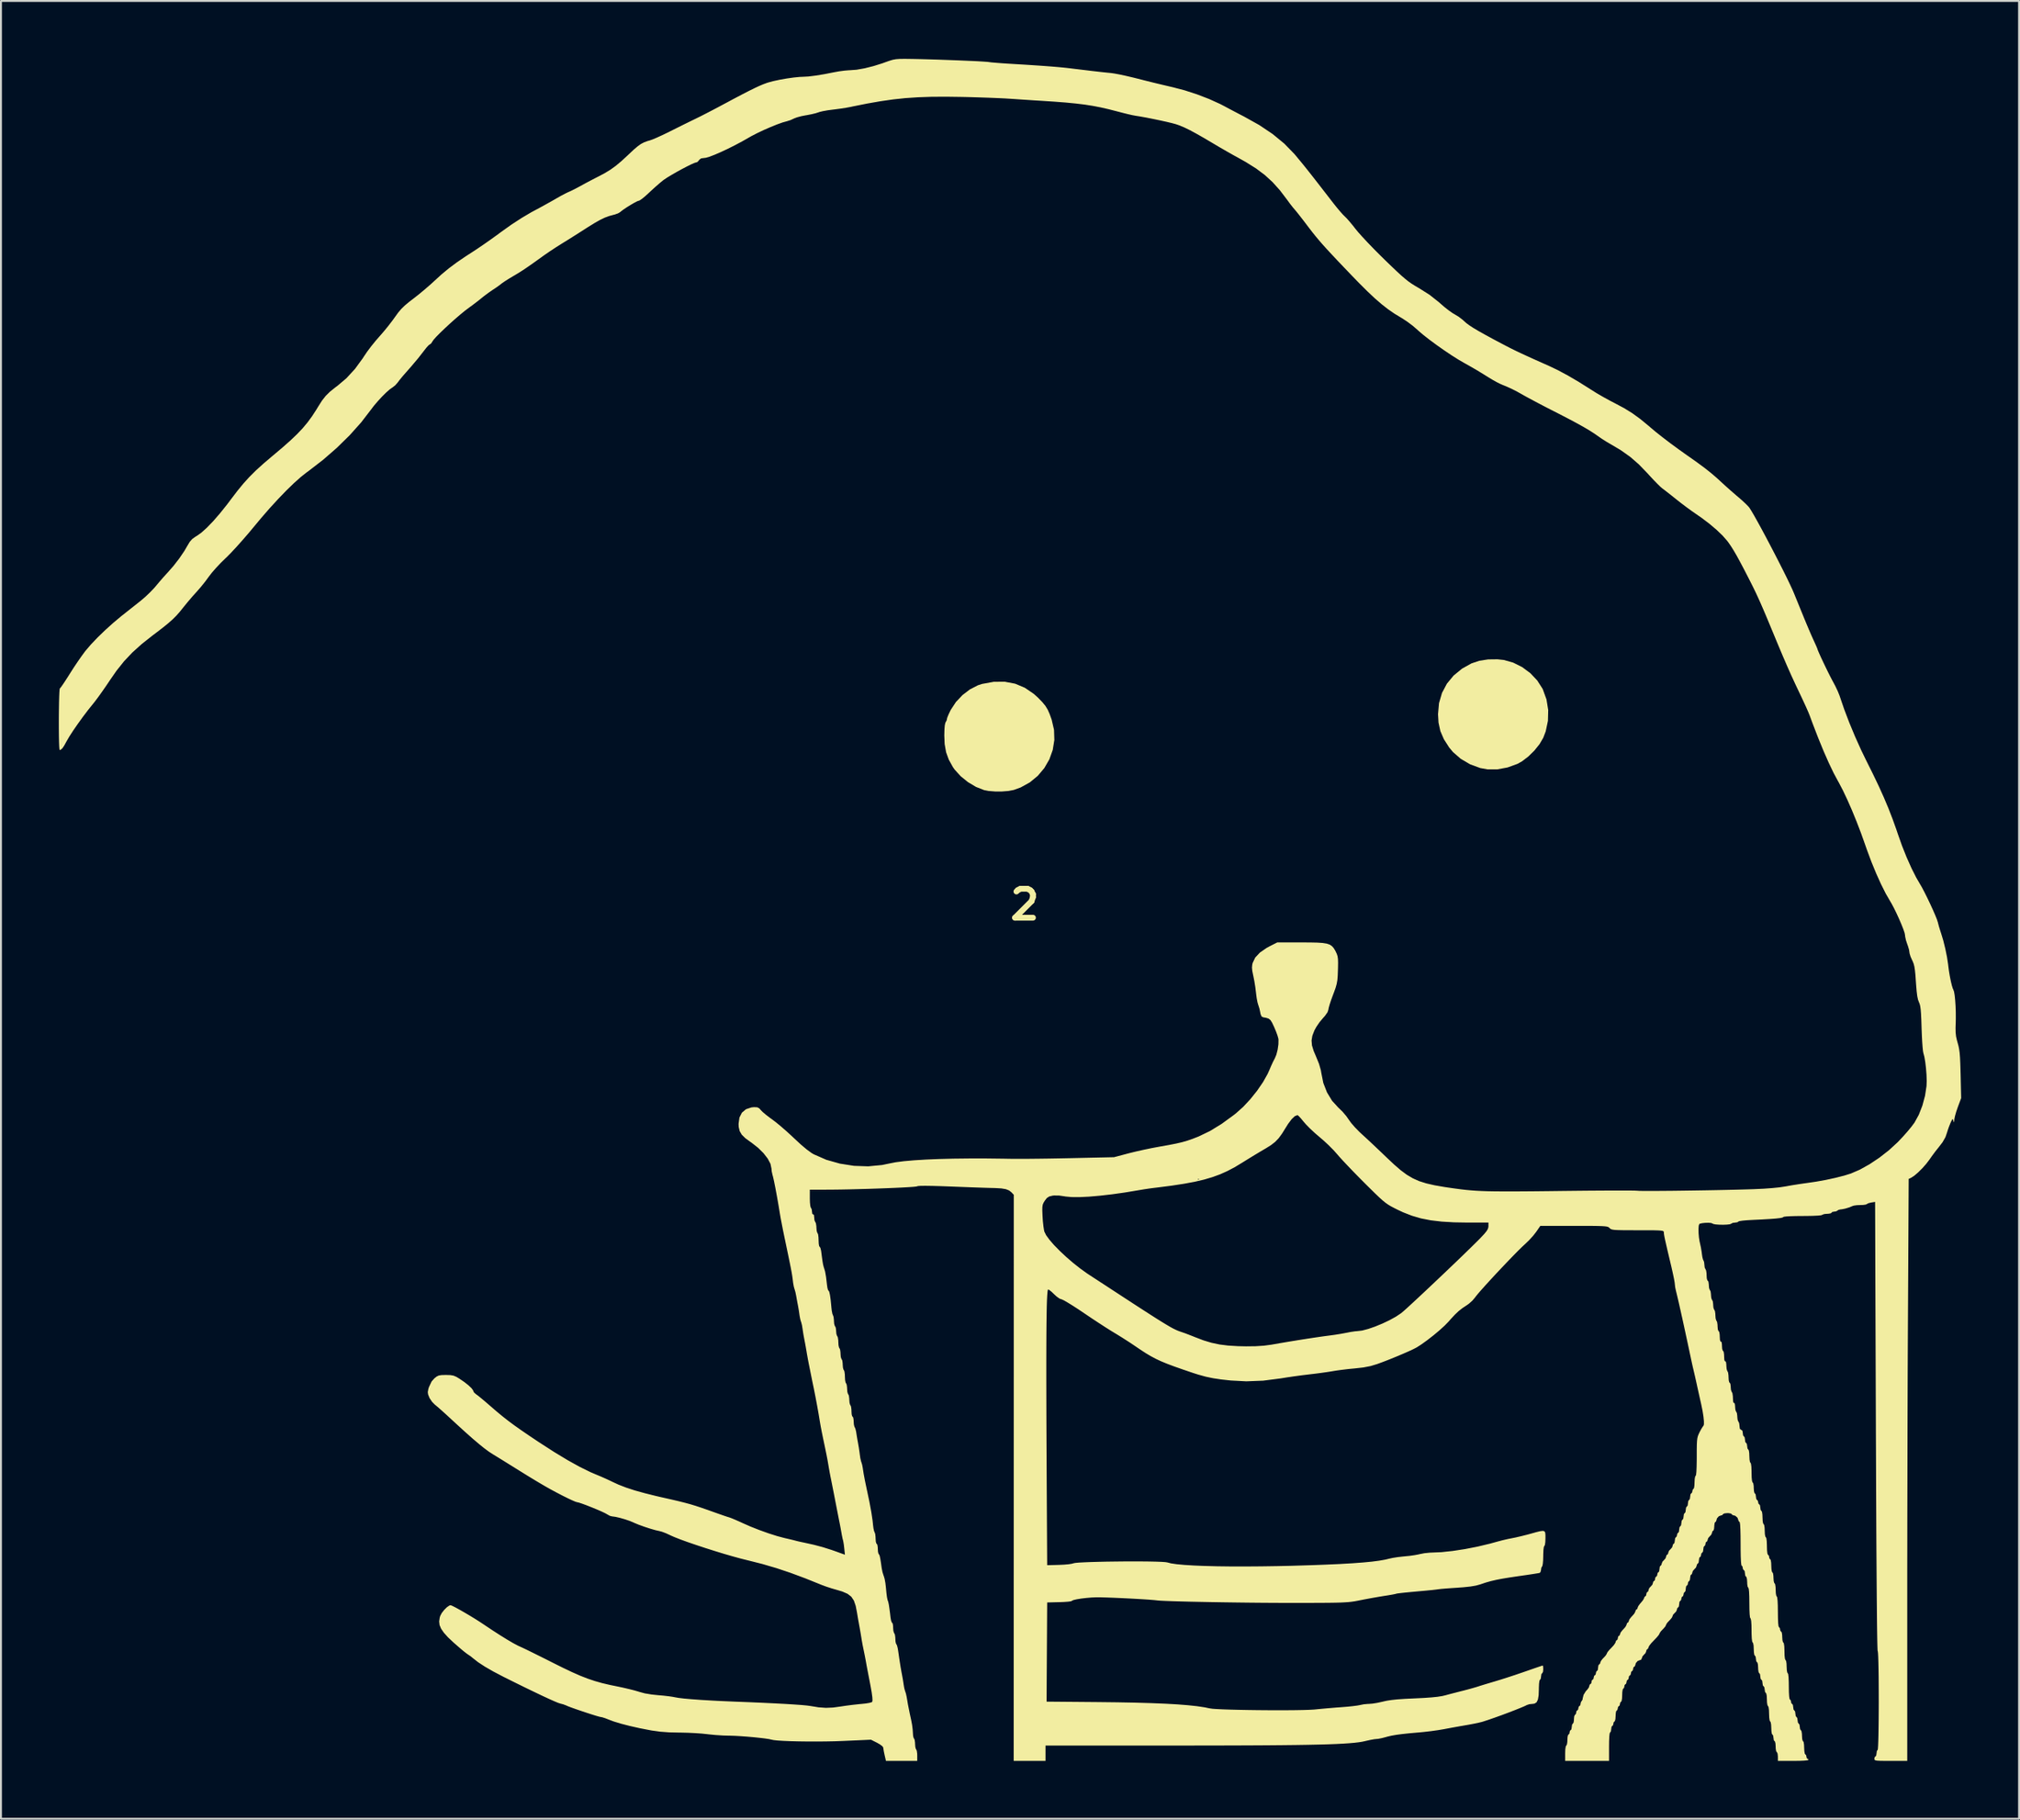
<source format=kicad_pcb>
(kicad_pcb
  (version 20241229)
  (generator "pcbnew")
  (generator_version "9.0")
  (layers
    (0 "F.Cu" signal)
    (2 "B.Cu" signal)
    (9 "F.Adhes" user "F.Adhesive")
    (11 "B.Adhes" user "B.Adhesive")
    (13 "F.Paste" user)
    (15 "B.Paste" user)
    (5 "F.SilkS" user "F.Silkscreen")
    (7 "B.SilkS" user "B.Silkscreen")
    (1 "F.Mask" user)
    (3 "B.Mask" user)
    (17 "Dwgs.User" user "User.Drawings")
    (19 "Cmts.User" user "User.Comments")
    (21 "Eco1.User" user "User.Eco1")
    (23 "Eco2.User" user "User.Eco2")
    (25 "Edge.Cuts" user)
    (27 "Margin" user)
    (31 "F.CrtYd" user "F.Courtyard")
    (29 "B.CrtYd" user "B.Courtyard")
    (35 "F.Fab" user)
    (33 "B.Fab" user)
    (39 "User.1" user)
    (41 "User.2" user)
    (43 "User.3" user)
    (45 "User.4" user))
  (footprint "2"
    (layer "F.Cu")
    (at 50.061 43.833)
    (property "Reference" "2" (at 0 0 0) (layer "F.SilkS") (effects (font (size 1.5 1.5) (thickness 0.3))))
    (attr board_only exclude_from_pos_files exclude_from_bom)
    (fp_poly (pts (xy 24.832 -12.678) (xy 25.318 -12.542) (xy 25.783 -12.31) (xy 26.206 -11.996) (xy 26.566 -11.616) (xy 26.84 -11.189) (xy 26.856 -11.156) (xy 27.045 -10.634) (xy 27.134 -10.083) (xy 27.12 -9.524) (xy 27.005 -8.979) (xy 26.877 -8.645) (xy 26.684 -8.316) (xy 26.417 -7.983) (xy 26.105 -7.677) (xy 25.778 -7.427) (xy 25.543 -7.295) (xy 25.024 -7.107) (xy 24.501 -7.01) (xy 23.995 -7.008) (xy 23.616 -7.076) (xy 23.08 -7.274) (xy 22.602 -7.555) (xy 22.197 -7.908) (xy 21.999 -8.147) (xy 21.726 -8.574) (xy 21.546 -8.99) (xy 21.449 -9.431) (xy 21.423 -9.87) (xy 21.475 -10.443) (xy 21.63 -10.972) (xy 21.884 -11.451) (xy 22.232 -11.872) (xy 22.671 -12.231) (xy 23.155 -12.501) (xy 23.558 -12.636) (xy 24.02 -12.708) (xy 24.506 -12.714)) (stroke (width 0) (type solid)) (fill yes) (layer "F.SilkS"))
    (fp_poly (pts (xy -0.494 -11.448) (xy 0.009 -11.237) (xy 0.476 -10.918) (xy 0.695 -10.719) (xy 0.913 -10.494) (xy 1.071 -10.303) (xy 1.191 -10.107) (xy 1.295 -9.872) (xy 1.399 -9.582) (xy 1.521 -9.057) (xy 1.537 -8.531) (xy 1.454 -8.017) (xy 1.278 -7.528) (xy 1.017 -7.076) (xy 0.678 -6.674) (xy 0.267 -6.335) (xy -0.209 -6.072) (xy -0.564 -5.943) (xy -0.839 -5.89) (xy -1.178 -5.863) (xy -1.537 -5.863) (xy -1.871 -5.89) (xy -2.102 -5.934) (xy -2.522 -6.099) (xy -2.939 -6.347) (xy -3.32 -6.656) (xy -3.632 -7) (xy -3.723 -7.131) (xy -3.936 -7.516) (xy -4.075 -7.9) (xy -4.148 -8.319) (xy -4.167 -8.769) (xy -4.159 -9.068) (xy -4.141 -9.292) (xy -4.113 -9.423) (xy -4.099 -9.448) (xy -4.041 -9.559) (xy -4.034 -9.609) (xy -4.009 -9.704) (xy -3.942 -9.866) (xy -3.847 -10.063) (xy -3.83 -10.095) (xy -3.565 -10.499) (xy -3.226 -10.858) (xy -2.839 -11.154) (xy -2.425 -11.366) (xy -2.216 -11.435) (xy -1.606 -11.547) (xy -1.031 -11.551)) (stroke (width 0) (type solid)) (fill yes) (layer "F.SilkS"))
    (fp_poly (pts (xy -6.052 -43.831) (xy -5.722 -43.826) (xy -5.336 -43.817) (xy -4.907 -43.805) (xy -4.454 -43.791) (xy -3.992 -43.774) (xy -3.537 -43.757) (xy -3.105 -43.739) (xy -2.713 -43.722) (xy -2.376 -43.705) (xy -2.111 -43.689) (xy -1.933 -43.676) (xy -1.876 -43.669) (xy -1.736 -43.651) (xy -1.511 -43.631) (xy -1.228 -43.609) (xy -0.914 -43.587) (xy -0.809 -43.581) (xy 0.018 -43.531) (xy 0.731 -43.484) (xy 1.332 -43.44) (xy 1.82 -43.399) (xy 2.195 -43.361) (xy 2.245 -43.355) (xy 2.527 -43.321) (xy 2.869 -43.28) (xy 3.219 -43.238) (xy 3.409 -43.214) (xy 3.72 -43.178) (xy 4.037 -43.142) (xy 4.316 -43.113) (xy 4.461 -43.099) (xy 4.65 -43.072) (xy 4.921 -43.022) (xy 5.246 -42.952) (xy 5.597 -42.87) (xy 5.853 -42.806) (xy 6.255 -42.704) (xy 6.698 -42.594) (xy 7.138 -42.488) (xy 7.532 -42.395) (xy 7.684 -42.36) (xy 8.298 -42.199) (xy 8.935 -41.992) (xy 9.556 -41.753) (xy 10.122 -41.497) (xy 10.37 -41.368) (xy 10.592 -41.249) (xy 10.874 -41.1) (xy 11.173 -40.944) (xy 11.365 -40.844) (xy 12.161 -40.4) (xy 12.855 -39.934) (xy 13.455 -39.44) (xy 13.971 -38.911) (xy 14.048 -38.82) (xy 14.199 -38.638) (xy 14.341 -38.466) (xy 14.482 -38.293) (xy 14.632 -38.106) (xy 14.801 -37.893) (xy 14.997 -37.643) (xy 15.231 -37.343) (xy 15.511 -36.981) (xy 15.848 -36.546) (xy 15.991 -36.362) (xy 16.173 -36.133) (xy 16.348 -35.925) (xy 16.494 -35.761) (xy 16.585 -35.672) (xy 16.691 -35.566) (xy 16.842 -35.395) (xy 17.016 -35.185) (xy 17.144 -35.021) (xy 17.291 -34.843) (xy 17.505 -34.604) (xy 17.77 -34.32) (xy 18.07 -34.008) (xy 18.39 -33.686) (xy 18.67 -33.41) (xy 19.017 -33.075) (xy 19.298 -32.808) (xy 19.527 -32.598) (xy 19.72 -32.431) (xy 19.891 -32.296) (xy 20.054 -32.181) (xy 20.224 -32.074) (xy 20.415 -31.962) (xy 20.437 -31.95) (xy 20.987 -31.602) (xy 21.469 -31.221) (xy 21.525 -31.171) (xy 21.748 -30.977) (xy 21.975 -30.798) (xy 22.176 -30.657) (xy 22.275 -30.599) (xy 22.489 -30.47) (xy 22.7 -30.309) (xy 22.78 -30.236) (xy 22.892 -30.136) (xy 23.045 -30.023) (xy 23.247 -29.891) (xy 23.51 -29.734) (xy 23.845 -29.546) (xy 24.261 -29.319) (xy 24.734 -29.068) (xy 24.977 -28.941) (xy 25.21 -28.822) (xy 25.449 -28.704) (xy 25.711 -28.58) (xy 26.013 -28.44) (xy 26.371 -28.277) (xy 26.804 -28.084) (xy 27.218 -27.899) (xy 27.659 -27.687) (xy 28.164 -27.415) (xy 28.711 -27.094) (xy 29.277 -26.739) (xy 29.369 -26.679) (xy 29.648 -26.505) (xy 29.984 -26.31) (xy 30.333 -26.118) (xy 30.607 -25.976) (xy 31.071 -25.729) (xy 31.492 -25.468) (xy 31.905 -25.169) (xy 32.344 -24.807) (xy 32.446 -24.719) (xy 32.718 -24.491) (xy 33.063 -24.218) (xy 33.459 -23.916) (xy 33.884 -23.604) (xy 34.316 -23.296) (xy 34.407 -23.233) (xy 34.861 -22.912) (xy 35.241 -22.631) (xy 35.567 -22.373) (xy 35.863 -22.12) (xy 36.07 -21.93) (xy 36.322 -21.699) (xy 36.612 -21.441) (xy 36.889 -21.201) (xy 36.973 -21.13) (xy 37.181 -20.951) (xy 37.366 -20.778) (xy 37.505 -20.637) (xy 37.558 -20.574) (xy 37.659 -20.416) (xy 37.803 -20.171) (xy 37.981 -19.854) (xy 38.185 -19.482) (xy 38.407 -19.068) (xy 38.639 -18.628) (xy 38.874 -18.177) (xy 39.103 -17.731) (xy 39.319 -17.305) (xy 39.513 -16.913) (xy 39.677 -16.572) (xy 39.804 -16.296) (xy 39.86 -16.166) (xy 39.952 -15.942) (xy 40.072 -15.647) (xy 40.207 -15.316) (xy 40.342 -14.986) (xy 40.37 -14.916) (xy 40.503 -14.594) (xy 40.64 -14.269) (xy 40.767 -13.975) (xy 40.869 -13.746) (xy 40.889 -13.704) (xy 40.979 -13.507) (xy 41.047 -13.354) (xy 41.081 -13.27) (xy 41.083 -13.263) (xy 41.107 -13.189) (xy 41.172 -13.036) (xy 41.268 -12.823) (xy 41.386 -12.572) (xy 41.514 -12.304) (xy 41.643 -12.04) (xy 41.763 -11.802) (xy 41.864 -11.609) (xy 41.892 -11.559) (xy 42.023 -11.312) (xy 42.143 -11.057) (xy 42.231 -10.84) (xy 42.246 -10.796) (xy 42.47 -10.139) (xy 42.741 -9.427) (xy 43.043 -8.701) (xy 43.358 -8.002) (xy 43.601 -7.501) (xy 43.959 -6.783) (xy 44.267 -6.14) (xy 44.533 -5.55) (xy 44.768 -4.992) (xy 44.981 -4.443) (xy 45.182 -3.882) (xy 45.252 -3.673) (xy 45.475 -3.044) (xy 45.716 -2.442) (xy 45.963 -1.888) (xy 46.207 -1.405) (xy 46.394 -1.083) (xy 46.503 -0.896) (xy 46.636 -0.643) (xy 46.782 -0.35) (xy 46.931 -0.039) (xy 47.071 0.267) (xy 47.191 0.542) (xy 47.281 0.765) (xy 47.328 0.911) (xy 47.329 0.912) (xy 47.38 1.11) (xy 47.453 1.35) (xy 47.504 1.506) (xy 47.612 1.862) (xy 47.715 2.281) (xy 47.803 2.713) (xy 47.863 3.109) (xy 47.871 3.182) (xy 47.903 3.426) (xy 47.947 3.691) (xy 47.999 3.951) (xy 48.052 4.176) (xy 48.1 4.338) (xy 48.13 4.404) (xy 48.167 4.506) (xy 48.201 4.698) (xy 48.228 4.959) (xy 48.249 5.264) (xy 48.26 5.592) (xy 48.261 5.919) (xy 48.257 6.085) (xy 48.248 6.399) (xy 48.253 6.637) (xy 48.275 6.835) (xy 48.318 7.029) (xy 48.356 7.165) (xy 48.4 7.327) (xy 48.433 7.493) (xy 48.459 7.683) (xy 48.478 7.918) (xy 48.492 8.218) (xy 48.504 8.602) (xy 48.51 8.808) (xy 48.538 10.029) (xy 48.362 10.502) (xy 48.281 10.739) (xy 48.218 10.958) (xy 48.184 11.12) (xy 48.18 11.155) (xy 48.174 11.27) (xy 48.161 11.278) (xy 48.136 11.196) (xy 48.11 11.125) (xy 48.08 11.125) (xy 48.033 11.21) (xy 47.976 11.338) (xy 47.897 11.536) (xy 47.834 11.719) (xy 47.813 11.791) (xy 47.723 12.053) (xy 47.572 12.317) (xy 47.365 12.586) (xy 47.202 12.79) (xy 47.023 13.032) (xy 46.893 13.217) (xy 46.726 13.437) (xy 46.523 13.666) (xy 46.308 13.879) (xy 46.107 14.051) (xy 45.944 14.158) (xy 45.937 14.161) (xy 45.818 14.216) (xy 45.781 21.157) (xy 45.776 22.126) (xy 45.771 23.193) (xy 45.766 24.341) (xy 45.762 25.554) (xy 45.758 26.816) (xy 45.755 28.111) (xy 45.752 29.423) (xy 45.749 30.736) (xy 45.746 32.033) (xy 45.745 33.298) (xy 45.743 34.516) (xy 45.743 35.67) (xy 45.743 36.239) (xy 45.743 44.379) (xy 44.89 44.379) (xy 44.563 44.378) (xy 44.332 44.374) (xy 44.181 44.366) (xy 44.093 44.349) (xy 44.051 44.323) (xy 44.039 44.285) (xy 44.038 44.265) (xy 44.062 44.173) (xy 44.095 44.152) (xy 44.135 44.102) (xy 44.152 43.983) (xy 44.152 43.981) (xy 44.168 43.862) (xy 44.208 43.811) (xy 44.209 43.811) (xy 44.222 43.756) (xy 44.233 43.602) (xy 44.243 43.362) (xy 44.251 43.049) (xy 44.257 42.678) (xy 44.262 42.263) (xy 44.265 41.817) (xy 44.267 41.354) (xy 44.266 40.887) (xy 44.264 40.432) (xy 44.261 40.001) (xy 44.255 39.608) (xy 44.248 39.268) (xy 44.239 38.994) (xy 44.229 38.799) (xy 44.217 38.698) (xy 44.211 38.687) (xy 44.204 38.628) (xy 44.198 38.458) (xy 44.191 38.18) (xy 44.184 37.794) (xy 44.177 37.305) (xy 44.171 36.715) (xy 44.164 36.025) (xy 44.158 35.238) (xy 44.152 34.358) (xy 44.145 33.385) (xy 44.139 32.323) (xy 44.134 31.174) (xy 44.128 29.941) (xy 44.123 28.625) (xy 44.117 27.229) (xy 44.117 27.039) (xy 44.077 15.409) (xy 43.873 15.441) (xy 43.734 15.475) (xy 43.654 15.515) (xy 43.65 15.522) (xy 43.587 15.548) (xy 43.446 15.566) (xy 43.322 15.57) (xy 43.129 15.578) (xy 42.972 15.601) (xy 42.915 15.619) (xy 42.739 15.692) (xy 42.532 15.755) (xy 42.35 15.792) (xy 42.29 15.797) (xy 42.177 15.821) (xy 42.134 15.854) (xy 42.056 15.898) (xy 41.961 15.911) (xy 41.855 15.93) (xy 41.822 15.967) (xy 41.772 16.003) (xy 41.646 16.023) (xy 41.598 16.024) (xy 41.447 16.037) (xy 41.35 16.07) (xy 41.339 16.081) (xy 41.27 16.102) (xy 41.1 16.119) (xy 40.842 16.131) (xy 40.507 16.137) (xy 40.313 16.138) (xy 39.976 16.141) (xy 39.693 16.149) (xy 39.479 16.161) (xy 39.351 16.177) (xy 39.322 16.19) (xy 39.281 16.218) (xy 39.156 16.244) (xy 38.94 16.269) (xy 38.628 16.293) (xy 38.214 16.318) (xy 37.716 16.342) (xy 37.445 16.358) (xy 37.219 16.378) (xy 37.062 16.401) (xy 36.993 16.423) (xy 36.992 16.426) (xy 36.943 16.463) (xy 36.825 16.479) (xy 36.694 16.496) (xy 36.623 16.536) (xy 36.55 16.566) (xy 36.398 16.584) (xy 36.201 16.592) (xy 35.994 16.588) (xy 35.811 16.574) (xy 35.686 16.549) (xy 35.653 16.529) (xy 35.58 16.501) (xy 35.436 16.489) (xy 35.262 16.494) (xy 35.098 16.512) (xy 34.984 16.542) (xy 34.964 16.556) (xy 34.936 16.643) (xy 34.925 16.81) (xy 34.929 17.024) (xy 34.948 17.252) (xy 34.981 17.462) (xy 34.997 17.53) (xy 35.049 17.769) (xy 35.091 18.024) (xy 35.099 18.098) (xy 35.125 18.273) (xy 35.16 18.402) (xy 35.179 18.436) (xy 35.215 18.527) (xy 35.23 18.671) (xy 35.23 18.674) (xy 35.246 18.812) (xy 35.285 18.892) (xy 35.287 18.894) (xy 35.32 18.967) (xy 35.341 19.113) (xy 35.344 19.21) (xy 35.354 19.371) (xy 35.381 19.472) (xy 35.401 19.49) (xy 35.437 19.541) (xy 35.456 19.666) (xy 35.458 19.714) (xy 35.471 19.866) (xy 35.504 19.963) (xy 35.515 19.973) (xy 35.551 20.048) (xy 35.57 20.189) (xy 35.571 20.229) (xy 35.585 20.379) (xy 35.618 20.475) (xy 35.628 20.485) (xy 35.665 20.559) (xy 35.684 20.7) (xy 35.685 20.74) (xy 35.698 20.891) (xy 35.732 20.986) (xy 35.742 20.996) (xy 35.777 21.07) (xy 35.797 21.214) (xy 35.799 21.28) (xy 35.811 21.44) (xy 35.841 21.546) (xy 35.855 21.564) (xy 35.89 21.638) (xy 35.91 21.782) (xy 35.912 21.852) (xy 35.924 22.003) (xy 35.953 22.093) (xy 35.969 22.104) (xy 36.001 22.155) (xy 36.022 22.286) (xy 36.026 22.392) (xy 36.036 22.563) (xy 36.063 22.643) (xy 36.083 22.644) (xy 36.119 22.671) (xy 36.138 22.795) (xy 36.14 22.868) (xy 36.151 23.022) (xy 36.179 23.115) (xy 36.196 23.127) (xy 36.229 23.178) (xy 36.249 23.309) (xy 36.253 23.415) (xy 36.263 23.586) (xy 36.29 23.666) (xy 36.31 23.667) (xy 36.346 23.694) (xy 36.365 23.817) (xy 36.367 23.887) (xy 36.379 24.049) (xy 36.408 24.158) (xy 36.424 24.178) (xy 36.457 24.251) (xy 36.477 24.397) (xy 36.481 24.494) (xy 36.491 24.655) (xy 36.517 24.757) (xy 36.537 24.775) (xy 36.573 24.825) (xy 36.593 24.951) (xy 36.594 24.999) (xy 36.607 25.15) (xy 36.64 25.247) (xy 36.651 25.258) (xy 36.684 25.331) (xy 36.704 25.477) (xy 36.708 25.577) (xy 36.718 25.747) (xy 36.745 25.825) (xy 36.765 25.826) (xy 36.802 25.852) (xy 36.82 25.971) (xy 36.821 26.018) (xy 36.834 26.171) (xy 36.867 26.269) (xy 36.878 26.281) (xy 36.915 26.355) (xy 36.934 26.496) (xy 36.935 26.536) (xy 36.949 26.687) (xy 36.982 26.782) (xy 36.992 26.792) (xy 37.03 26.868) (xy 37.049 27.005) (xy 37.049 27.023) (xy 37.068 27.169) (xy 37.129 27.218) (xy 37.134 27.218) (xy 37.202 27.269) (xy 37.219 27.389) (xy 37.236 27.509) (xy 37.275 27.559) (xy 37.276 27.559) (xy 37.316 27.609) (xy 37.333 27.728) (xy 37.333 27.73) (xy 37.349 27.849) (xy 37.389 27.9) (xy 37.39 27.9) (xy 37.43 27.95) (xy 37.447 28.069) (xy 37.447 28.071) (xy 37.463 28.19) (xy 37.503 28.241) (xy 37.503 28.241) (xy 37.534 28.293) (xy 37.554 28.428) (xy 37.56 28.582) (xy 37.569 28.764) (xy 37.591 28.887) (xy 37.617 28.923) (xy 37.644 28.977) (xy 37.664 29.125) (xy 37.673 29.35) (xy 37.674 29.434) (xy 37.68 29.679) (xy 37.696 29.854) (xy 37.721 29.94) (xy 37.731 29.946) (xy 37.763 29.997) (xy 37.784 30.128) (xy 37.787 30.23) (xy 37.798 30.392) (xy 37.824 30.495) (xy 37.844 30.514) (xy 37.884 30.563) (xy 37.901 30.682) (xy 37.901 30.685) (xy 37.918 30.804) (xy 37.957 30.855) (xy 37.958 30.855) (xy 38.004 30.903) (xy 38.015 30.969) (xy 38.039 31.061) (xy 38.072 31.082) (xy 38.111 31.132) (xy 38.128 31.251) (xy 38.128 31.253) (xy 38.145 31.372) (xy 38.185 31.423) (xy 38.185 31.423) (xy 38.216 31.475) (xy 38.236 31.61) (xy 38.242 31.764) (xy 38.251 31.946) (xy 38.273 32.069) (xy 38.299 32.105) (xy 38.329 32.157) (xy 38.35 32.292) (xy 38.356 32.446) (xy 38.364 32.628) (xy 38.387 32.751) (xy 38.413 32.787) (xy 38.441 32.84) (xy 38.46 32.985) (xy 38.469 33.201) (xy 38.469 33.242) (xy 38.476 33.467) (xy 38.494 33.625) (xy 38.521 33.695) (xy 38.526 33.696) (xy 38.572 33.744) (xy 38.583 33.81) (xy 38.607 33.902) (xy 38.64 33.923) (xy 38.67 33.975) (xy 38.691 34.11) (xy 38.697 34.264) (xy 38.705 34.446) (xy 38.728 34.569) (xy 38.753 34.605) (xy 38.786 34.656) (xy 38.806 34.787) (xy 38.81 34.889) (xy 38.821 35.052) (xy 38.847 35.154) (xy 38.867 35.174) (xy 38.897 35.225) (xy 38.918 35.361) (xy 38.924 35.515) (xy 38.933 35.696) (xy 38.955 35.819) (xy 38.981 35.855) (xy 39.004 35.91) (xy 39.022 36.068) (xy 39.034 36.319) (xy 39.038 36.65) (xy 39.038 36.651) (xy 39.042 36.983) (xy 39.053 37.233) (xy 39.071 37.391) (xy 39.094 37.447) (xy 39.094 37.447) (xy 39.141 37.494) (xy 39.151 37.56) (xy 39.175 37.653) (xy 39.208 37.674) (xy 39.24 37.725) (xy 39.261 37.856) (xy 39.265 37.958) (xy 39.275 38.12) (xy 39.301 38.223) (xy 39.322 38.242) (xy 39.35 38.295) (xy 39.37 38.44) (xy 39.378 38.656) (xy 39.379 38.697) (xy 39.385 38.922) (xy 39.403 39.08) (xy 39.43 39.15) (xy 39.435 39.151) (xy 39.466 39.203) (xy 39.486 39.338) (xy 39.492 39.492) (xy 39.501 39.674) (xy 39.523 39.797) (xy 39.549 39.833) (xy 39.574 39.888) (xy 39.592 40.043) (xy 39.603 40.285) (xy 39.606 40.515) (xy 39.61 40.814) (xy 39.623 41.036) (xy 39.644 41.166) (xy 39.663 41.197) (xy 39.709 41.244) (xy 39.719 41.311) (xy 39.743 41.403) (xy 39.776 41.424) (xy 39.816 41.474) (xy 39.833 41.593) (xy 39.833 41.595) (xy 39.85 41.714) (xy 39.889 41.765) (xy 39.89 41.765) (xy 39.93 41.814) (xy 39.947 41.933) (xy 39.947 41.936) (xy 39.963 42.055) (xy 40.003 42.106) (xy 40.004 42.106) (xy 40.043 42.155) (xy 40.06 42.274) (xy 40.06 42.277) (xy 40.077 42.396) (xy 40.117 42.447) (xy 40.117 42.447) (xy 40.157 42.496) (xy 40.174 42.615) (xy 40.174 42.617) (xy 40.191 42.737) (xy 40.23 42.788) (xy 40.231 42.788) (xy 40.263 42.839) (xy 40.284 42.97) (xy 40.288 43.072) (xy 40.298 43.234) (xy 40.324 43.337) (xy 40.345 43.356) (xy 40.375 43.408) (xy 40.395 43.543) (xy 40.401 43.697) (xy 40.41 43.879) (xy 40.433 44.002) (xy 40.458 44.038) (xy 40.504 44.086) (xy 40.515 44.152) (xy 40.539 44.244) (xy 40.572 44.265) (xy 40.627 44.309) (xy 40.629 44.322) (xy 40.574 44.346) (xy 40.416 44.364) (xy 40.166 44.375) (xy 39.834 44.379) (xy 39.833 44.379) (xy 39.038 44.379) (xy 39.038 44.152) (xy 39.025 44.009) (xy 38.993 43.93) (xy 38.981 43.924) (xy 38.948 43.873) (xy 38.928 43.743) (xy 38.924 43.64) (xy 38.914 43.478) (xy 38.888 43.375) (xy 38.867 43.356) (xy 38.827 43.307) (xy 38.81 43.188) (xy 38.81 43.186) (xy 38.794 43.066) (xy 38.754 43.015) (xy 38.753 43.015) (xy 38.723 42.963) (xy 38.703 42.828) (xy 38.697 42.674) (xy 38.688 42.493) (xy 38.665 42.37) (xy 38.64 42.333) (xy 38.611 42.281) (xy 38.591 42.14) (xy 38.583 41.936) (xy 38.583 41.936) (xy 38.575 41.732) (xy 38.555 41.591) (xy 38.526 41.538) (xy 38.526 41.538) (xy 38.496 41.486) (xy 38.475 41.351) (xy 38.469 41.197) (xy 38.461 41.015) (xy 38.438 40.892) (xy 38.413 40.856) (xy 38.373 40.807) (xy 38.356 40.688) (xy 38.356 40.685) (xy 38.339 40.566) (xy 38.3 40.515) (xy 38.299 40.515) (xy 38.259 40.466) (xy 38.242 40.347) (xy 38.242 40.345) (xy 38.226 40.225) (xy 38.186 40.174) (xy 38.185 40.174) (xy 38.145 40.125) (xy 38.128 40.006) (xy 38.128 40.004) (xy 38.112 39.884) (xy 38.072 39.833) (xy 38.072 39.833) (xy 38.039 39.782) (xy 38.019 39.651) (xy 38.015 39.549) (xy 38.005 39.387) (xy 37.978 39.284) (xy 37.958 39.265) (xy 37.918 39.215) (xy 37.901 39.097) (xy 37.901 39.094) (xy 37.885 38.975) (xy 37.845 38.924) (xy 37.844 38.924) (xy 37.814 38.872) (xy 37.794 38.737) (xy 37.787 38.583) (xy 37.779 38.401) (xy 37.756 38.278) (xy 37.731 38.242) (xy 37.705 38.188) (xy 37.686 38.034) (xy 37.676 37.797) (xy 37.674 37.617) (xy 37.669 37.335) (xy 37.655 37.129) (xy 37.633 37.012) (xy 37.617 36.992) (xy 37.593 36.937) (xy 37.575 36.779) (xy 37.564 36.529) (xy 37.56 36.197) (xy 37.56 36.196) (xy 37.556 35.865) (xy 37.545 35.614) (xy 37.527 35.456) (xy 37.503 35.401) (xy 37.503 35.401) (xy 37.471 35.35) (xy 37.45 35.219) (xy 37.447 35.117) (xy 37.436 34.955) (xy 37.41 34.852) (xy 37.39 34.833) (xy 37.35 34.783) (xy 37.333 34.664) (xy 37.333 34.662) (xy 37.316 34.542) (xy 37.277 34.492) (xy 37.276 34.492) (xy 37.23 34.444) (xy 37.219 34.378) (xy 37.195 34.286) (xy 37.162 34.264) (xy 37.142 34.209) (xy 37.125 34.046) (xy 37.113 33.783) (xy 37.107 33.426) (xy 37.106 33.128) (xy 37.103 32.71) (xy 37.095 32.382) (xy 37.082 32.149) (xy 37.064 32.018) (xy 37.049 31.991) (xy 36.999 31.945) (xy 36.992 31.902) (xy 36.944 31.774) (xy 36.832 31.676) (xy 36.74 31.651) (xy 36.662 31.621) (xy 36.651 31.594) (xy 36.601 31.558) (xy 36.475 31.538) (xy 36.424 31.537) (xy 36.281 31.55) (xy 36.202 31.581) (xy 36.196 31.594) (xy 36.15 31.643) (xy 36.107 31.651) (xy 35.979 31.699) (xy 35.881 31.811) (xy 35.855 31.902) (xy 35.826 31.98) (xy 35.799 31.991) (xy 35.763 32.042) (xy 35.743 32.168) (xy 35.742 32.219) (xy 35.729 32.361) (xy 35.698 32.44) (xy 35.685 32.446) (xy 35.637 32.493) (xy 35.628 32.547) (xy 35.585 32.657) (xy 35.515 32.73) (xy 35.426 32.832) (xy 35.401 32.913) (xy 35.374 32.999) (xy 35.344 33.014) (xy 35.298 33.062) (xy 35.287 33.128) (xy 35.263 33.22) (xy 35.23 33.242) (xy 35.191 33.291) (xy 35.174 33.41) (xy 35.174 33.412) (xy 35.157 33.532) (xy 35.117 33.583) (xy 35.117 33.583) (xy 35.071 33.63) (xy 35.06 33.696) (xy 35.036 33.789) (xy 35.003 33.81) (xy 34.963 33.859) (xy 34.946 33.978) (xy 34.946 33.98) (xy 34.93 34.1) (xy 34.89 34.151) (xy 34.889 34.151) (xy 34.842 34.198) (xy 34.833 34.252) (xy 34.79 34.362) (xy 34.719 34.435) (xy 34.63 34.537) (xy 34.605 34.618) (xy 34.579 34.703) (xy 34.549 34.719) (xy 34.509 34.768) (xy 34.492 34.887) (xy 34.492 34.889) (xy 34.475 35.009) (xy 34.436 35.06) (xy 34.435 35.06) (xy 34.389 35.108) (xy 34.378 35.174) (xy 34.354 35.266) (xy 34.321 35.287) (xy 34.281 35.337) (xy 34.264 35.456) (xy 34.264 35.458) (xy 34.248 35.577) (xy 34.208 35.628) (xy 34.208 35.628) (xy 34.161 35.676) (xy 34.151 35.742) (xy 34.127 35.834) (xy 34.094 35.855) (xy 34.048 35.903) (xy 34.037 35.969) (xy 34.013 36.061) (xy 33.98 36.083) (xy 33.94 36.132) (xy 33.923 36.251) (xy 33.923 36.253) (xy 33.907 36.373) (xy 33.867 36.424) (xy 33.867 36.424) (xy 33.819 36.471) (xy 33.81 36.525) (xy 33.767 36.635) (xy 33.696 36.708) (xy 33.608 36.8) (xy 33.583 36.868) (xy 33.544 36.954) (xy 33.447 37.071) (xy 33.412 37.106) (xy 33.304 37.221) (xy 33.245 37.315) (xy 33.242 37.333) (xy 33.203 37.412) (xy 33.107 37.525) (xy 33.071 37.56) (xy 32.964 37.676) (xy 32.905 37.768) (xy 32.901 37.786) (xy 32.862 37.856) (xy 32.762 37.977) (xy 32.621 38.124) (xy 32.617 38.128) (xy 32.474 38.279) (xy 32.372 38.41) (xy 32.332 38.493) (xy 32.332 38.494) (xy 32.303 38.572) (xy 32.276 38.583) (xy 32.228 38.63) (xy 32.219 38.684) (xy 32.176 38.794) (xy 32.105 38.867) (xy 32.016 38.969) (xy 31.991 39.05) (xy 31.95 39.135) (xy 31.902 39.151) (xy 31.774 39.199) (xy 31.676 39.311) (xy 31.651 39.403) (xy 31.621 39.481) (xy 31.594 39.492) (xy 31.548 39.54) (xy 31.537 39.606) (xy 31.513 39.698) (xy 31.48 39.719) (xy 31.434 39.767) (xy 31.423 39.833) (xy 31.399 39.925) (xy 31.366 39.947) (xy 31.32 39.994) (xy 31.31 40.06) (xy 31.286 40.153) (xy 31.253 40.174) (xy 31.207 40.222) (xy 31.196 40.288) (xy 31.172 40.38) (xy 31.139 40.401) (xy 31.093 40.449) (xy 31.082 40.515) (xy 31.059 40.607) (xy 31.026 40.629) (xy 30.995 40.68) (xy 30.975 40.816) (xy 30.969 40.97) (xy 30.96 41.151) (xy 30.938 41.274) (xy 30.912 41.311) (xy 30.866 41.358) (xy 30.855 41.424) (xy 30.831 41.516) (xy 30.798 41.538) (xy 30.752 41.585) (xy 30.741 41.651) (xy 30.718 41.744) (xy 30.685 41.765) (xy 30.652 41.816) (xy 30.632 41.947) (xy 30.628 42.049) (xy 30.618 42.211) (xy 30.591 42.314) (xy 30.571 42.333) (xy 30.525 42.381) (xy 30.514 42.447) (xy 30.49 42.539) (xy 30.457 42.561) (xy 30.417 42.61) (xy 30.4 42.729) (xy 30.4 42.731) (xy 30.384 42.851) (xy 30.344 42.902) (xy 30.344 42.902) (xy 30.319 42.956) (xy 30.301 43.113) (xy 30.29 43.36) (xy 30.287 43.64) (xy 30.287 44.379) (xy 29.15 44.379) (xy 28.014 44.379) (xy 28.014 43.981) (xy 28.021 43.777) (xy 28.042 43.636) (xy 28.071 43.583) (xy 28.071 43.583) (xy 28.103 43.532) (xy 28.124 43.402) (xy 28.128 43.299) (xy 28.138 43.137) (xy 28.164 43.034) (xy 28.184 43.015) (xy 28.231 42.968) (xy 28.241 42.902) (xy 28.265 42.809) (xy 28.298 42.788) (xy 28.338 42.739) (xy 28.355 42.62) (xy 28.355 42.617) (xy 28.371 42.498) (xy 28.411 42.447) (xy 28.412 42.447) (xy 28.447 42.397) (xy 28.467 42.271) (xy 28.468 42.22) (xy 28.481 42.077) (xy 28.513 41.998) (xy 28.525 41.992) (xy 28.571 41.945) (xy 28.582 41.879) (xy 28.606 41.786) (xy 28.639 41.765) (xy 28.685 41.718) (xy 28.696 41.651) (xy 28.72 41.559) (xy 28.753 41.538) (xy 28.799 41.49) (xy 28.809 41.428) (xy 28.835 41.319) (xy 28.866 41.282) (xy 28.914 41.202) (xy 28.923 41.136) (xy 28.967 40.958) (xy 29.082 40.769) (xy 29.165 40.679) (xy 29.243 40.57) (xy 29.264 40.494) (xy 29.292 40.414) (xy 29.321 40.401) (xy 29.367 40.354) (xy 29.378 40.288) (xy 29.401 40.195) (xy 29.434 40.174) (xy 29.481 40.126) (xy 29.491 40.06) (xy 29.515 39.968) (xy 29.548 39.947) (xy 29.594 39.899) (xy 29.605 39.833) (xy 29.629 39.741) (xy 29.662 39.719) (xy 29.702 39.67) (xy 29.719 39.551) (xy 29.719 39.549) (xy 29.735 39.429) (xy 29.775 39.379) (xy 29.775 39.379) (xy 29.825 39.332) (xy 29.832 39.288) (xy 29.871 39.194) (xy 29.968 39.071) (xy 30.003 39.038) (xy 30.11 38.922) (xy 30.169 38.829) (xy 30.173 38.811) (xy 30.211 38.738) (xy 30.31 38.619) (xy 30.4 38.526) (xy 30.527 38.389) (xy 30.609 38.271) (xy 30.628 38.218) (xy 30.657 38.14) (xy 30.685 38.128) (xy 30.731 38.081) (xy 30.741 38.015) (xy 30.765 37.922) (xy 30.798 37.901) (xy 30.848 37.855) (xy 30.855 37.81) (xy 30.894 37.716) (xy 30.991 37.594) (xy 31.026 37.56) (xy 31.134 37.438) (xy 31.192 37.332) (xy 31.196 37.31) (xy 31.225 37.231) (xy 31.253 37.219) (xy 31.302 37.173) (xy 31.31 37.128) (xy 31.349 37.034) (xy 31.446 36.912) (xy 31.48 36.878) (xy 31.588 36.756) (xy 31.647 36.65) (xy 31.651 36.628) (xy 31.68 36.549) (xy 31.707 36.537) (xy 31.758 36.491) (xy 31.764 36.452) (xy 31.801 36.36) (xy 31.894 36.233) (xy 31.935 36.187) (xy 32.04 36.061) (xy 32.1 35.956) (xy 32.105 35.932) (xy 32.139 35.862) (xy 32.162 35.855) (xy 32.208 35.808) (xy 32.219 35.742) (xy 32.243 35.649) (xy 32.276 35.628) (xy 32.324 35.581) (xy 32.332 35.527) (xy 32.375 35.417) (xy 32.446 35.344) (xy 32.535 35.242) (xy 32.56 35.161) (xy 32.586 35.076) (xy 32.617 35.06) (xy 32.663 35.012) (xy 32.673 34.946) (xy 32.697 34.854) (xy 32.73 34.833) (xy 32.776 34.785) (xy 32.787 34.719) (xy 32.811 34.627) (xy 32.844 34.605) (xy 32.884 34.556) (xy 32.901 34.437) (xy 32.901 34.435) (xy 32.917 34.315) (xy 32.957 34.264) (xy 32.957 34.264) (xy 33.005 34.217) (xy 33.014 34.163) (xy 33.057 34.053) (xy 33.128 33.98) (xy 33.217 33.878) (xy 33.242 33.797) (xy 33.268 33.712) (xy 33.298 33.696) (xy 33.346 33.649) (xy 33.355 33.595) (xy 33.398 33.485) (xy 33.469 33.412) (xy 33.558 33.31) (xy 33.583 33.229) (xy 33.609 33.144) (xy 33.639 33.128) (xy 33.679 33.079) (xy 33.696 32.96) (xy 33.696 32.957) (xy 33.713 32.838) (xy 33.752 32.787) (xy 33.753 32.787) (xy 33.799 32.739) (xy 33.81 32.673) (xy 33.834 32.581) (xy 33.867 32.56) (xy 33.907 32.51) (xy 33.923 32.391) (xy 33.923 32.389) (xy 33.94 32.27) (xy 33.98 32.219) (xy 33.98 32.219) (xy 34.02 32.169) (xy 34.037 32.05) (xy 34.037 32.048) (xy 34.054 31.929) (xy 34.093 31.878) (xy 34.094 31.878) (xy 34.134 31.828) (xy 34.151 31.71) (xy 34.151 31.707) (xy 34.167 31.588) (xy 34.207 31.537) (xy 34.208 31.537) (xy 34.248 31.488) (xy 34.264 31.369) (xy 34.264 31.366) (xy 34.281 31.247) (xy 34.321 31.196) (xy 34.321 31.196) (xy 34.361 31.147) (xy 34.378 31.028) (xy 34.378 31.026) (xy 34.395 30.906) (xy 34.434 30.855) (xy 34.435 30.855) (xy 34.475 30.806) (xy 34.492 30.687) (xy 34.492 30.685) (xy 34.508 30.565) (xy 34.548 30.514) (xy 34.549 30.514) (xy 34.595 30.467) (xy 34.605 30.4) (xy 34.629 30.308) (xy 34.662 30.287) (xy 34.692 30.235) (xy 34.713 30.1) (xy 34.719 29.946) (xy 34.728 29.764) (xy 34.75 29.641) (xy 34.776 29.605) (xy 34.798 29.549) (xy 34.815 29.389) (xy 34.826 29.13) (xy 34.832 28.782) (xy 34.833 28.622) (xy 34.833 28.263) (xy 34.837 27.996) (xy 34.847 27.802) (xy 34.864 27.658) (xy 34.892 27.545) (xy 34.933 27.442) (xy 34.98 27.343) (xy 35.068 27.178) (xy 35.143 27.057) (xy 35.179 27.016) (xy 35.205 26.94) (xy 35.205 26.772) (xy 35.181 26.533) (xy 35.135 26.242) (xy 35.069 25.917) (xy 35.062 25.883) (xy 35.001 25.614) (xy 34.929 25.291) (xy 34.857 24.968) (xy 34.834 24.86) (xy 34.775 24.596) (xy 34.72 24.351) (xy 34.676 24.162) (xy 34.66 24.093) (xy 34.626 23.951) (xy 34.578 23.734) (xy 34.522 23.476) (xy 34.49 23.326) (xy 34.359 22.711) (xy 34.232 22.121) (xy 34.112 21.571) (xy 34.002 21.074) (xy 33.905 20.644) (xy 33.823 20.294) (xy 33.761 20.039) (xy 33.75 19.995) (xy 33.713 19.818) (xy 33.696 19.665) (xy 33.696 19.655) (xy 33.683 19.551) (xy 33.648 19.362) (xy 33.596 19.113) (xy 33.532 18.83) (xy 33.521 18.781) (xy 33.407 18.302) (xy 33.317 17.92) (xy 33.249 17.625) (xy 33.198 17.402) (xy 33.164 17.241) (xy 33.143 17.129) (xy 33.132 17.053) (xy 33.128 17) (xy 33.128 16.994) (xy 33.125 16.957) (xy 33.106 16.929) (xy 33.059 16.908) (xy 32.969 16.894) (xy 32.824 16.885) (xy 32.61 16.879) (xy 32.313 16.877) (xy 31.921 16.877) (xy 31.773 16.877) (xy 31.345 16.876) (xy 31.016 16.874) (xy 30.772 16.869) (xy 30.598 16.86) (xy 30.48 16.846) (xy 30.403 16.826) (xy 30.352 16.798) (xy 30.315 16.763) (xy 30.282 16.731) (xy 30.237 16.705) (xy 30.169 16.686) (xy 30.065 16.672) (xy 29.912 16.662) (xy 29.698 16.655) (xy 29.41 16.651) (xy 29.036 16.65) (xy 28.563 16.649) (xy 28.469 16.649) (xy 26.726 16.649) (xy 26.508 16.965) (xy 26.352 17.164) (xy 26.15 17.386) (xy 25.945 17.585) (xy 25.939 17.59) (xy 25.785 17.733) (xy 25.576 17.938) (xy 25.326 18.192) (xy 25.048 18.48) (xy 24.753 18.79) (xy 24.455 19.106) (xy 24.168 19.416) (xy 23.903 19.706) (xy 23.674 19.961) (xy 23.494 20.169) (xy 23.375 20.315) (xy 23.347 20.355) (xy 23.205 20.523) (xy 23.016 20.691) (xy 22.912 20.764) (xy 22.686 20.914) (xy 22.492 21.067) (xy 22.3 21.248) (xy 22.081 21.484) (xy 21.976 21.604) (xy 21.772 21.814) (xy 21.5 22.062) (xy 21.187 22.324) (xy 20.861 22.577) (xy 20.551 22.8) (xy 20.314 22.951) (xy 20.15 23.036) (xy 19.903 23.151) (xy 19.597 23.285) (xy 19.255 23.429) (xy 18.901 23.573) (xy 18.558 23.706) (xy 18.263 23.814) (xy 17.924 23.916) (xy 17.55 23.988) (xy 17.126 24.036) (xy 16.803 24.067) (xy 16.466 24.107) (xy 16.163 24.148) (xy 15.996 24.175) (xy 15.762 24.213) (xy 15.453 24.258) (xy 15.109 24.304) (xy 14.769 24.345) (xy 14.746 24.348) (xy 14.375 24.393) (xy 13.967 24.448) (xy 13.574 24.506) (xy 13.268 24.555) (xy 12.356 24.673) (xy 11.484 24.707) (xy 10.683 24.664) (xy 10.183 24.609) (xy 9.759 24.545) (xy 9.375 24.464) (xy 8.993 24.358) (xy 8.715 24.269) (xy 8.186 24.089) (xy 7.748 23.935) (xy 7.381 23.797) (xy 7.069 23.668) (xy 6.793 23.539) (xy 6.535 23.402) (xy 6.277 23.248) (xy 6 23.068) (xy 5.711 22.872) (xy 5.423 22.679) (xy 5.092 22.467) (xy 4.773 22.269) (xy 4.66 22.201) (xy 4.445 22.07) (xy 4.161 21.89) (xy 3.831 21.676) (xy 3.48 21.445) (xy 3.132 21.21) (xy 3.073 21.17) (xy 2.763 20.962) (xy 2.478 20.778) (xy 2.234 20.628) (xy 2.047 20.519) (xy 1.93 20.463) (xy 1.905 20.456) (xy 1.802 20.417) (xy 1.657 20.313) (xy 1.534 20.201) (xy 1.393 20.067) (xy 1.276 19.974) (xy 1.215 19.945) (xy 1.197 19.978) (xy 1.182 20.078) (xy 1.168 20.249) (xy 1.155 20.494) (xy 1.145 20.816) (xy 1.137 21.22) (xy 1.13 21.707) (xy 1.125 22.282) (xy 1.122 22.947) (xy 1.12 23.706) (xy 1.12 24.563) (xy 1.122 25.52) (xy 1.125 26.581) (xy 1.13 27.749) (xy 1.136 28.951) (xy 1.165 34.236) (xy 1.783 34.22) (xy 2.048 34.208) (xy 2.281 34.187) (xy 2.452 34.16) (xy 2.521 34.139) (xy 2.613 34.12) (xy 2.803 34.102) (xy 3.077 34.087) (xy 3.419 34.073) (xy 3.814 34.062) (xy 4.248 34.052) (xy 4.705 34.046) (xy 5.171 34.041) (xy 5.629 34.04) (xy 6.066 34.041) (xy 6.466 34.045) (xy 6.814 34.053) (xy 7.096 34.063) (xy 7.295 34.077) (xy 7.396 34.094) (xy 7.588 34.143) (xy 7.885 34.186) (xy 8.28 34.222) (xy 8.765 34.252) (xy 9.332 34.275) (xy 9.973 34.292) (xy 10.679 34.301) (xy 11.444 34.302) (xy 12.259 34.296) (xy 13.116 34.283) (xy 13.836 34.266) (xy 14.779 34.238) (xy 15.615 34.207) (xy 16.348 34.174) (xy 16.984 34.137) (xy 17.53 34.096) (xy 17.992 34.052) (xy 18.374 34.002) (xy 18.683 33.948) (xy 18.88 33.901) (xy 19.082 33.857) (xy 19.346 33.816) (xy 19.622 33.785) (xy 19.675 33.78) (xy 19.947 33.753) (xy 20.219 33.714) (xy 20.437 33.672) (xy 20.47 33.663) (xy 20.715 33.615) (xy 20.983 33.587) (xy 21.081 33.583) (xy 21.595 33.561) (xy 22.184 33.499) (xy 22.82 33.401) (xy 23.475 33.273) (xy 24.119 33.119) (xy 24.491 33.016) (xy 24.759 32.945) (xy 25.054 32.877) (xy 25.23 32.843) (xy 25.447 32.799) (xy 25.73 32.733) (xy 26.032 32.657) (xy 26.196 32.613) (xy 26.506 32.526) (xy 26.723 32.473) (xy 26.864 32.457) (xy 26.944 32.483) (xy 26.981 32.556) (xy 26.991 32.682) (xy 26.991 32.844) (xy 26.984 33.048) (xy 26.963 33.189) (xy 26.934 33.242) (xy 26.934 33.242) (xy 26.907 33.295) (xy 26.888 33.444) (xy 26.878 33.668) (xy 26.877 33.75) (xy 26.871 33.979) (xy 26.855 34.163) (xy 26.832 34.274) (xy 26.821 34.293) (xy 26.777 34.371) (xy 26.764 34.468) (xy 26.738 34.585) (xy 26.693 34.634) (xy 26.616 34.65) (xy 26.446 34.678) (xy 26.202 34.716) (xy 25.904 34.76) (xy 25.609 34.802) (xy 25.137 34.872) (xy 24.753 34.935) (xy 24.434 34.997) (xy 24.153 35.063) (xy 23.888 35.139) (xy 23.613 35.231) (xy 23.61 35.232) (xy 23.387 35.293) (xy 23.099 35.342) (xy 22.727 35.381) (xy 22.417 35.404) (xy 22.106 35.425) (xy 21.826 35.446) (xy 21.6 35.465) (xy 21.454 35.481) (xy 21.422 35.486) (xy 21.32 35.5) (xy 21.127 35.522) (xy 20.864 35.548) (xy 20.553 35.577) (xy 20.294 35.6) (xy 19.97 35.63) (xy 19.686 35.658) (xy 19.461 35.683) (xy 19.313 35.702) (xy 19.264 35.713) (xy 19.193 35.732) (xy 19.035 35.763) (xy 18.818 35.8) (xy 18.66 35.824) (xy 18.361 35.873) (xy 18.004 35.935) (xy 17.64 36.003) (xy 17.416 36.047) (xy 17.251 36.08) (xy 17.099 36.108) (xy 16.95 36.13) (xy 16.789 36.148) (xy 16.605 36.161) (xy 16.386 36.172) (xy 16.117 36.179) (xy 15.788 36.184) (xy 15.386 36.187) (xy 14.897 36.189) (xy 14.31 36.19) (xy 14.177 36.191) (xy 13.593 36.19) (xy 12.973 36.188) (xy 12.329 36.184) (xy 11.673 36.178) (xy 11.015 36.17) (xy 10.367 36.161) (xy 9.74 36.151) (xy 9.145 36.139) (xy 8.594 36.128) (xy 8.097 36.115) (xy 7.665 36.102) (xy 7.31 36.089) (xy 7.044 36.076) (xy 6.876 36.063) (xy 6.847 36.059) (xy 6.695 36.043) (xy 6.45 36.023) (xy 6.135 36.002) (xy 5.77 35.98) (xy 5.377 35.959) (xy 4.977 35.939) (xy 4.592 35.923) (xy 4.243 35.91) (xy 3.951 35.902) (xy 3.737 35.9) (xy 3.722 35.9) (xy 3.461 35.911) (xy 3.189 35.934) (xy 2.928 35.965) (xy 2.702 36.002) (xy 2.535 36.041) (xy 2.449 36.078) (xy 2.443 36.089) (xy 2.39 36.109) (xy 2.246 36.128) (xy 2.034 36.143) (xy 1.804 36.152) (xy 1.165 36.168) (xy 1.15 38.738) (xy 1.135 41.307) (xy 3.764 41.33) (xy 4.802 41.342) (xy 5.731 41.36) (xy 6.557 41.384) (xy 7.285 41.414) (xy 7.921 41.45) (xy 8.469 41.494) (xy 8.934 41.544) (xy 9.323 41.602) (xy 9.603 41.659) (xy 9.737 41.677) (xy 9.969 41.693) (xy 10.284 41.708) (xy 10.668 41.721) (xy 11.106 41.732) (xy 11.583 41.741) (xy 12.082 41.748) (xy 12.591 41.752) (xy 13.092 41.754) (xy 13.573 41.753) (xy 14.016 41.749) (xy 14.408 41.742) (xy 14.734 41.732) (xy 14.978 41.719) (xy 15.058 41.712) (xy 15.36 41.682) (xy 15.727 41.649) (xy 16.109 41.617) (xy 16.422 41.594) (xy 16.725 41.57) (xy 17.003 41.541) (xy 17.229 41.512) (xy 17.375 41.486) (xy 17.388 41.482) (xy 17.575 41.445) (xy 17.793 41.425) (xy 17.847 41.424) (xy 18.032 41.409) (xy 18.276 41.37) (xy 18.53 41.314) (xy 18.558 41.307) (xy 18.77 41.26) (xy 19.02 41.222) (xy 19.325 41.19) (xy 19.705 41.164) (xy 20.18 41.141) (xy 20.201 41.14) (xy 20.692 41.116) (xy 21.086 41.088) (xy 21.398 41.056) (xy 21.642 41.017) (xy 21.792 40.982) (xy 22.041 40.915) (xy 22.344 40.837) (xy 22.642 40.76) (xy 22.701 40.746) (xy 22.964 40.677) (xy 23.218 40.607) (xy 23.42 40.548) (xy 23.468 40.533) (xy 23.627 40.482) (xy 23.861 40.41) (xy 24.137 40.327) (xy 24.377 40.256) (xy 24.671 40.167) (xy 25.033 40.051) (xy 25.423 39.923) (xy 25.802 39.794) (xy 25.929 39.75) (xy 26.228 39.646) (xy 26.488 39.556) (xy 26.69 39.487) (xy 26.817 39.445) (xy 26.852 39.435) (xy 26.869 39.485) (xy 26.877 39.608) (xy 26.877 39.634) (xy 26.863 39.766) (xy 26.828 39.831) (xy 26.821 39.833) (xy 26.781 39.882) (xy 26.764 40.001) (xy 26.764 40.004) (xy 26.747 40.123) (xy 26.708 40.174) (xy 26.707 40.174) (xy 26.679 40.227) (xy 26.659 40.374) (xy 26.65 40.592) (xy 26.65 40.646) (xy 26.639 40.971) (xy 26.602 41.197) (xy 26.534 41.339) (xy 26.428 41.409) (xy 26.323 41.424) (xy 26.161 41.44) (xy 26.038 41.479) (xy 25.895 41.548) (xy 25.666 41.644) (xy 25.374 41.76) (xy 25.044 41.887) (xy 24.696 42.017) (xy 24.353 42.14) (xy 24.04 42.249) (xy 23.777 42.334) (xy 23.695 42.359) (xy 23.525 42.401) (xy 23.283 42.452) (xy 23.009 42.504) (xy 22.871 42.528) (xy 22.541 42.585) (xy 22.166 42.652) (xy 21.817 42.717) (xy 21.735 42.733) (xy 21.435 42.784) (xy 21.074 42.835) (xy 20.703 42.878) (xy 20.456 42.902) (xy 19.972 42.944) (xy 19.583 42.985) (xy 19.269 43.026) (xy 19.013 43.071) (xy 18.796 43.122) (xy 18.699 43.15) (xy 18.497 43.202) (xy 18.316 43.236) (xy 18.238 43.243) (xy 18.111 43.256) (xy 17.912 43.292) (xy 17.682 43.343) (xy 17.637 43.354) (xy 17.49 43.386) (xy 17.309 43.414) (xy 17.091 43.44) (xy 16.829 43.463) (xy 16.518 43.484) (xy 16.154 43.503) (xy 15.731 43.519) (xy 15.244 43.533) (xy 14.687 43.545) (xy 14.056 43.555) (xy 13.346 43.563) (xy 12.55 43.57) (xy 11.665 43.575) (xy 10.684 43.579) (xy 9.603 43.581) (xy 8.417 43.583) (xy 7.714 43.583) (xy 1.08 43.583) (xy 1.08 43.981) (xy 1.08 44.379) (xy 0.255 44.379) (xy -0.57 44.379) (xy -0.567 29.71) (xy -0.565 15.834) (xy 0.912 15.834) (xy 0.921 16.078) (xy 0.925 16.15) (xy 0.943 16.423) (xy 0.971 16.678) (xy 1.002 16.876) (xy 1.02 16.95) (xy 1.113 17.137) (xy 1.287 17.375) (xy 1.526 17.65) (xy 1.819 17.948) (xy 2.15 18.258) (xy 2.505 18.565) (xy 2.872 18.855) (xy 3.236 19.117) (xy 3.342 19.187) (xy 3.595 19.352) (xy 3.902 19.552) (xy 4.22 19.759) (xy 4.461 19.917) (xy 5.095 20.331) (xy 5.641 20.687) (xy 6.109 20.99) (xy 6.505 21.245) (xy 6.837 21.457) (xy 7.114 21.63) (xy 7.342 21.769) (xy 7.53 21.879) (xy 7.686 21.965) (xy 7.818 22.03) (xy 7.932 22.081) (xy 8.038 22.122) (xy 8.143 22.157) (xy 8.154 22.161) (xy 8.316 22.217) (xy 8.539 22.302) (xy 8.782 22.398) (xy 8.836 22.42) (xy 9.274 22.586) (xy 9.686 22.71) (xy 10.1 22.798) (xy 10.546 22.854) (xy 11.054 22.884) (xy 11.473 22.893) (xy 11.969 22.887) (xy 12.395 22.86) (xy 12.792 22.807) (xy 12.894 22.789) (xy 13.28 22.721) (xy 13.723 22.646) (xy 14.195 22.569) (xy 14.668 22.495) (xy 15.112 22.428) (xy 15.5 22.372) (xy 15.797 22.333) (xy 16.087 22.293) (xy 16.397 22.243) (xy 16.662 22.194) (xy 16.678 22.191) (xy 16.904 22.147) (xy 17.11 22.117) (xy 17.246 22.105) (xy 17.492 22.075) (xy 17.806 21.992) (xy 18.164 21.868) (xy 18.539 21.714) (xy 18.906 21.54) (xy 19.238 21.357) (xy 19.509 21.176) (xy 19.524 21.165) (xy 19.632 21.073) (xy 19.811 20.913) (xy 20.05 20.694) (xy 20.339 20.426) (xy 20.666 20.121) (xy 21.021 19.787) (xy 21.393 19.435) (xy 21.772 19.076) (xy 22.146 18.719) (xy 22.505 18.375) (xy 22.838 18.053) (xy 23.134 17.765) (xy 23.383 17.52) (xy 23.574 17.329) (xy 23.624 17.277) (xy 23.818 17.071) (xy 23.941 16.92) (xy 24.009 16.805) (xy 24.034 16.704) (xy 24.036 16.664) (xy 24.036 16.479) (xy 22.974 16.479) (xy 22.245 16.467) (xy 21.608 16.429) (xy 21.046 16.362) (xy 20.539 16.262) (xy 20.07 16.125) (xy 19.618 15.949) (xy 19.331 15.815) (xy 19.136 15.717) (xy 18.974 15.631) (xy 18.831 15.544) (xy 18.692 15.446) (xy 18.542 15.323) (xy 18.368 15.165) (xy 18.153 14.96) (xy 17.885 14.696) (xy 17.626 14.439) (xy 17.317 14.128) (xy 17.013 13.817) (xy 16.731 13.522) (xy 16.486 13.262) (xy 16.295 13.052) (xy 16.201 12.942) (xy 16.003 12.721) (xy 15.751 12.467) (xy 15.479 12.215) (xy 15.281 12.046) (xy 15.034 11.834) (xy 14.792 11.608) (xy 14.584 11.397) (xy 14.456 11.25) (xy 14.322 11.087) (xy 14.211 10.967) (xy 14.144 10.911) (xy 14.139 10.91) (xy 14.003 10.963) (xy 13.839 11.117) (xy 13.652 11.366) (xy 13.538 11.548) (xy 13.34 11.866) (xy 13.164 12.107) (xy 12.982 12.297) (xy 12.769 12.463) (xy 12.498 12.633) (xy 12.444 12.664) (xy 12.208 12.803) (xy 11.912 12.981) (xy 11.593 13.176) (xy 11.287 13.366) (xy 11.26 13.383) (xy 10.881 13.611) (xy 10.509 13.807) (xy 10.131 13.977) (xy 9.732 14.123) (xy 9.296 14.251) (xy 8.81 14.365) (xy 8.259 14.467) (xy 7.628 14.564) (xy 6.903 14.658) (xy 6.648 14.689) (xy 6.433 14.718) (xy 6.163 14.759) (xy 5.894 14.804) (xy 5.881 14.806) (xy 5.182 14.922) (xy 4.517 15.016) (xy 3.897 15.087) (xy 3.336 15.136) (xy 2.844 15.159) (xy 2.435 15.157) (xy 2.121 15.129) (xy 2.053 15.117) (xy 1.779 15.078) (xy 1.52 15.076) (xy 1.451 15.083) (xy 1.271 15.126) (xy 1.149 15.207) (xy 1.043 15.344) (xy 0.977 15.451) (xy 0.936 15.549) (xy 0.916 15.667) (xy 0.912 15.834) (xy -0.565 15.834) (xy -0.565 15.04) (xy -0.684 14.913) (xy -0.806 14.816) (xy -0.972 14.75) (xy -1.201 14.71) (xy -1.517 14.691) (xy -1.619 14.688) (xy -1.794 14.684) (xy -2.062 14.676) (xy -2.406 14.664) (xy -2.807 14.65) (xy -3.245 14.633) (xy -3.701 14.615) (xy -3.802 14.611) (xy -4.351 14.591) (xy -4.802 14.578) (xy -5.152 14.573) (xy -5.397 14.576) (xy -5.535 14.586) (xy -5.565 14.597) (xy -5.627 14.611) (xy -5.79 14.628) (xy -6.04 14.645) (xy -6.363 14.663) (xy -6.745 14.681) (xy -7.174 14.699) (xy -7.635 14.716) (xy -8.115 14.732) (xy -8.601 14.746) (xy -9.079 14.758) (xy -9.536 14.767) (xy -9.958 14.772) (xy -10.299 14.774) (xy -11.137 14.774) (xy -11.137 15.225) (xy -11.131 15.441) (xy -11.113 15.611) (xy -11.088 15.704) (xy -11.081 15.712) (xy -11.04 15.788) (xy -11.024 15.917) (xy -11.008 16.029) (xy -10.968 16.053) (xy -10.967 16.053) (xy -10.928 16.076) (xy -10.91 16.192) (xy -10.91 16.216) (xy -10.895 16.359) (xy -10.859 16.446) (xy -10.853 16.45) (xy -10.819 16.524) (xy -10.798 16.668) (xy -10.796 16.734) (xy -10.784 16.894) (xy -10.755 17.001) (xy -10.74 17.019) (xy -10.709 17.09) (xy -10.689 17.24) (xy -10.683 17.391) (xy -10.675 17.57) (xy -10.655 17.692) (xy -10.632 17.729) (xy -10.594 17.779) (xy -10.559 17.906) (xy -10.548 17.97) (xy -10.519 18.191) (xy -10.488 18.427) (xy -10.482 18.468) (xy -10.451 18.651) (xy -10.412 18.803) (xy -10.399 18.837) (xy -10.346 19.013) (xy -10.296 19.297) (xy -10.249 19.69) (xy -10.248 19.703) (xy -10.223 19.87) (xy -10.192 19.978) (xy -10.172 20.002) (xy -10.133 20.057) (xy -10.095 20.219) (xy -10.058 20.48) (xy -10.023 20.832) (xy -10.022 20.854) (xy -9.999 21.053) (xy -9.968 21.207) (xy -9.939 21.277) (xy -9.907 21.364) (xy -9.889 21.516) (xy -9.887 21.572) (xy -9.875 21.729) (xy -9.844 21.833) (xy -9.83 21.849) (xy -9.794 21.923) (xy -9.775 22.064) (xy -9.774 22.104) (xy -9.76 22.254) (xy -9.727 22.35) (xy -9.717 22.36) (xy -9.684 22.433) (xy -9.663 22.579) (xy -9.66 22.672) (xy -9.649 22.841) (xy -9.622 22.958) (xy -9.603 22.985) (xy -9.568 23.059) (xy -9.548 23.202) (xy -9.546 23.269) (xy -9.534 23.429) (xy -9.504 23.535) (xy -9.489 23.553) (xy -9.455 23.627) (xy -9.435 23.771) (xy -9.433 23.837) (xy -9.421 23.997) (xy -9.391 24.103) (xy -9.376 24.121) (xy -9.344 24.194) (xy -9.323 24.341) (xy -9.319 24.462) (xy -9.309 24.639) (xy -9.284 24.766) (xy -9.262 24.803) (xy -9.227 24.877) (xy -9.207 25.021) (xy -9.205 25.087) (xy -9.193 25.247) (xy -9.163 25.354) (xy -9.149 25.372) (xy -9.114 25.445) (xy -9.094 25.589) (xy -9.092 25.656) (xy -9.08 25.815) (xy -9.05 25.922) (xy -9.035 25.94) (xy -9.002 26.013) (xy -8.981 26.159) (xy -8.978 26.256) (xy -8.968 26.417) (xy -8.941 26.518) (xy -8.921 26.536) (xy -8.887 26.587) (xy -8.867 26.715) (xy -8.864 26.781) (xy -8.853 26.944) (xy -8.826 27.059) (xy -8.813 27.079) (xy -8.774 27.167) (xy -8.738 27.316) (xy -8.731 27.36) (xy -8.701 27.553) (xy -8.661 27.786) (xy -8.639 27.9) (xy -8.597 28.144) (xy -8.559 28.399) (xy -8.547 28.497) (xy -8.519 28.688) (xy -8.483 28.846) (xy -8.466 28.895) (xy -8.426 29.025) (xy -8.392 29.202) (xy -8.388 29.236) (xy -8.348 29.492) (xy -8.285 29.828) (xy -8.195 30.257) (xy -8.183 30.315) (xy -8.048 30.956) (xy -7.949 31.491) (xy -7.884 31.924) (xy -7.862 32.134) (xy -7.838 32.325) (xy -7.806 32.47) (xy -7.78 32.528) (xy -7.749 32.614) (xy -7.731 32.768) (xy -7.728 32.855) (xy -7.717 33.014) (xy -7.69 33.112) (xy -7.671 33.128) (xy -7.637 33.179) (xy -7.617 33.307) (xy -7.614 33.38) (xy -7.604 33.54) (xy -7.577 33.646) (xy -7.563 33.664) (xy -7.535 33.7) (xy -7.509 33.78) (xy -7.48 33.925) (xy -7.445 34.15) (xy -7.411 34.392) (xy -7.371 34.594) (xy -7.312 34.78) (xy -7.3 34.808) (xy -7.259 34.947) (xy -7.22 35.159) (xy -7.191 35.404) (xy -7.186 35.462) (xy -7.164 35.697) (xy -7.137 35.9) (xy -7.109 36.034) (xy -7.102 36.054) (xy -7.073 36.139) (xy -7.045 36.266) (xy -7.016 36.454) (xy -6.98 36.723) (xy -6.953 36.949) (xy -6.925 37.107) (xy -6.889 37.204) (xy -6.87 37.219) (xy -6.839 37.27) (xy -6.821 37.398) (xy -6.819 37.472) (xy -6.807 37.632) (xy -6.777 37.74) (xy -6.762 37.759) (xy -6.727 37.833) (xy -6.707 37.977) (xy -6.705 38.043) (xy -6.695 38.201) (xy -6.669 38.306) (xy -6.656 38.323) (xy -6.619 38.392) (xy -6.582 38.535) (xy -6.566 38.624) (xy -6.534 38.841) (xy -6.497 39.096) (xy -6.476 39.236) (xy -6.436 39.492) (xy -6.388 39.764) (xy -6.364 39.89) (xy -6.322 40.116) (xy -6.286 40.338) (xy -6.273 40.43) (xy -6.242 40.607) (xy -6.202 40.752) (xy -6.194 40.771) (xy -6.151 40.906) (xy -6.115 41.077) (xy -6.114 41.083) (xy -6.049 41.469) (xy -5.956 41.93) (xy -5.886 42.248) (xy -5.839 42.495) (xy -5.807 42.741) (xy -5.796 42.912) (xy -5.785 43.077) (xy -5.757 43.191) (xy -5.739 43.214) (xy -5.704 43.288) (xy -5.684 43.432) (xy -5.682 43.498) (xy -5.67 43.658) (xy -5.64 43.764) (xy -5.626 43.782) (xy -5.593 43.855) (xy -5.572 44.001) (xy -5.569 44.098) (xy -5.569 44.379) (xy -6.38 44.379) (xy -7.191 44.379) (xy -7.26 44.079) (xy -7.3 43.893) (xy -7.325 43.744) (xy -7.33 43.691) (xy -7.378 43.618) (xy -7.506 43.522) (xy -7.648 43.441) (xy -7.967 43.28) (xy -9.424 43.345) (xy -9.854 43.361) (xy -10.314 43.37) (xy -10.788 43.374) (xy -11.259 43.373) (xy -11.712 43.367) (xy -12.13 43.356) (xy -12.497 43.341) (xy -12.798 43.322) (xy -13.015 43.299) (xy -13.126 43.276) (xy -13.248 43.249) (xy -13.458 43.217) (xy -13.735 43.184) (xy -14.054 43.151) (xy -14.39 43.121) (xy -14.721 43.097) (xy -15.022 43.079) (xy -15.27 43.071) (xy -15.305 43.071) (xy -15.64 43.062) (xy -16.017 43.037) (xy -16.368 43.003) (xy -16.45 42.993) (xy -16.724 42.964) (xy -17.07 42.939) (xy -17.448 42.921) (xy -17.818 42.912) (xy -17.886 42.912) (xy -18.418 42.9) (xy -18.882 42.866) (xy -19.322 42.806) (xy -19.42 42.788) (xy -19.963 42.682) (xy -20.474 42.567) (xy -20.93 42.449) (xy -21.311 42.332) (xy -21.545 42.244) (xy -21.732 42.171) (xy -21.886 42.121) (xy -21.962 42.106) (xy -22.047 42.088) (xy -22.216 42.04) (xy -22.445 41.969) (xy -22.71 41.883) (xy -22.989 41.79) (xy -23.257 41.698) (xy -23.491 41.615) (xy -23.669 41.548) (xy -23.752 41.511) (xy -23.917 41.447) (xy -24.07 41.407) (xy -24.183 41.37) (xy -24.387 41.285) (xy -24.673 41.157) (xy -25.031 40.991) (xy -25.452 40.79) (xy -25.927 40.56) (xy -26.445 40.305) (xy -26.998 40.03) (xy -27.019 40.019) (xy -27.538 39.748) (xy -27.98 39.493) (xy -28.333 39.262) (xy -28.582 39.067) (xy -28.71 38.962) (xy -28.818 38.889) (xy -28.908 38.828) (xy -29.052 38.717) (xy -29.214 38.583) (xy -29.595 38.252) (xy -29.89 37.974) (xy -30.105 37.736) (xy -30.249 37.527) (xy -30.328 37.336) (xy -30.349 37.151) (xy -30.321 36.959) (xy -30.294 36.867) (xy -30.215 36.716) (xy -30.091 36.556) (xy -29.95 36.416) (xy -29.82 36.327) (xy -29.759 36.31) (xy -29.678 36.339) (xy -29.521 36.417) (xy -29.305 36.535) (xy -29.05 36.68) (xy -28.775 36.842) (xy -28.499 37.01) (xy -28.241 37.174) (xy -28.061 37.293) (xy -27.606 37.597) (xy -27.186 37.868) (xy -26.813 38.099) (xy -26.5 38.282) (xy -26.259 38.409) (xy -26.176 38.447) (xy -26.047 38.506) (xy -25.833 38.607) (xy -25.552 38.745) (xy -25.221 38.909) (xy -24.855 39.091) (xy -24.491 39.275) (xy -23.937 39.551) (xy -23.46 39.778) (xy -23.04 39.963) (xy -22.654 40.114) (xy -22.283 40.239) (xy -21.905 40.346) (xy -21.499 40.442) (xy -21.152 40.513) (xy -20.823 40.582) (xy -20.504 40.656) (xy -20.224 40.727) (xy -20.016 40.788) (xy -19.973 40.802) (xy -19.692 40.879) (xy -19.329 40.939) (xy -19.007 40.972) (xy -18.721 40.997) (xy -18.449 41.028) (xy -18.228 41.061) (xy -18.127 41.081) (xy -17.938 41.114) (xy -17.646 41.149) (xy -17.261 41.183) (xy -16.796 41.217) (xy -16.259 41.249) (xy -15.662 41.28) (xy -15.016 41.307) (xy -14.973 41.309) (xy -14.235 41.338) (xy -13.555 41.368) (xy -12.939 41.398) (xy -12.396 41.427) (xy -11.934 41.456) (xy -11.561 41.483) (xy -11.286 41.509) (xy -11.116 41.532) (xy -11.115 41.532) (xy -10.683 41.602) (xy -10.307 41.629) (xy -9.938 41.614) (xy -9.575 41.565) (xy -9.251 41.517) (xy -8.891 41.471) (xy -8.56 41.435) (xy -8.476 41.428) (xy -8.232 41.402) (xy -8.039 41.369) (xy -7.924 41.334) (xy -7.903 41.319) (xy -7.888 41.236) (xy -7.897 41.074) (xy -7.932 40.821) (xy -7.995 40.47) (xy -8.008 40.401) (xy -8.077 40.043) (xy -8.129 39.775) (xy -8.167 39.575) (xy -8.196 39.42) (xy -8.219 39.29) (xy -8.239 39.18) (xy -8.285 38.938) (xy -8.337 38.682) (xy -8.352 38.611) (xy -8.398 38.386) (xy -8.445 38.125) (xy -8.467 37.986) (xy -8.509 37.731) (xy -8.557 37.459) (xy -8.58 37.333) (xy -8.627 37.08) (xy -8.673 36.808) (xy -8.689 36.708) (xy -8.76 36.341) (xy -8.854 36.068) (xy -8.989 35.867) (xy -9.183 35.718) (xy -9.455 35.6) (xy -9.745 35.514) (xy -10.017 35.435) (xy -10.299 35.342) (xy -10.533 35.255) (xy -10.541 35.252) (xy -11.38 34.914) (xy -12.149 34.628) (xy -12.874 34.386) (xy -13.583 34.178) (xy -14.301 33.996) (xy -14.363 33.981) (xy -14.72 33.892) (xy -15.136 33.778) (xy -15.593 33.645) (xy -16.071 33.499) (xy -16.553 33.346) (xy -17.019 33.192) (xy -17.452 33.044) (xy -17.833 32.906) (xy -18.143 32.785) (xy -18.364 32.688) (xy -18.382 32.678) (xy -18.593 32.581) (xy -18.794 32.505) (xy -18.922 32.47) (xy -19.138 32.421) (xy -19.418 32.34) (xy -19.722 32.241) (xy -20.011 32.136) (xy -20.243 32.04) (xy -20.286 32.019) (xy -20.474 31.941) (xy -20.715 31.859) (xy -20.971 31.786) (xy -21.203 31.732) (xy -21.373 31.708) (xy -21.389 31.707) (xy -21.505 31.676) (xy -21.641 31.6) (xy -21.752 31.538) (xy -21.938 31.45) (xy -22.173 31.348) (xy -22.433 31.241) (xy -22.691 31.139) (xy -22.923 31.053) (xy -23.103 30.993) (xy -23.206 30.969) (xy -23.209 30.969) (xy -23.29 30.944) (xy -23.452 30.875) (xy -23.673 30.771) (xy -23.933 30.642) (xy -24.052 30.581) (xy -24.309 30.447) (xy -24.557 30.313) (xy -24.812 30.17) (xy -25.088 30.009) (xy -25.401 29.823) (xy -25.765 29.601) (xy -26.195 29.335) (xy -26.693 29.025) (xy -26.954 28.862) (xy -27.207 28.706) (xy -27.42 28.575) (xy -27.559 28.49) (xy -27.765 28.357) (xy -28.004 28.181) (xy -28.284 27.955) (xy -28.615 27.674) (xy -29.004 27.329) (xy -29.46 26.913) (xy -29.714 26.679) (xy -29.957 26.454) (xy -30.187 26.247) (xy -30.382 26.074) (xy -30.524 25.953) (xy -30.572 25.915) (xy -30.715 25.77) (xy -30.839 25.586) (xy -30.862 25.539) (xy -30.922 25.387) (xy -30.938 25.267) (xy -30.913 25.123) (xy -30.882 25.015) (xy -30.74 24.713) (xy -30.597 24.553) (xy -30.479 24.459) (xy -30.369 24.406) (xy -30.228 24.383) (xy -30.016 24.377) (xy -29.998 24.377) (xy -29.769 24.384) (xy -29.605 24.412) (xy -29.454 24.476) (xy -29.3 24.569) (xy -29.048 24.741) (xy -28.835 24.909) (xy -28.677 25.057) (xy -28.592 25.17) (xy -28.582 25.206) (xy -28.538 25.288) (xy -28.432 25.38) (xy -28.426 25.384) (xy -28.325 25.458) (xy -28.161 25.591) (xy -27.955 25.764) (xy -27.728 25.96) (xy -27.686 25.996) (xy -27.375 26.265) (xy -27.08 26.509) (xy -26.782 26.744) (xy -26.462 26.982) (xy -26.101 27.237) (xy -25.682 27.524) (xy -25.185 27.856) (xy -25.173 27.864) (xy -24.393 28.367) (xy -23.687 28.794) (xy -23.057 29.143) (xy -22.505 29.414) (xy -22.248 29.524) (xy -21.976 29.637) (xy -21.696 29.761) (xy -21.458 29.872) (xy -21.4 29.901) (xy -21.053 30.061) (xy -20.664 30.212) (xy -20.218 30.358) (xy -19.699 30.503) (xy -19.091 30.654) (xy -18.752 30.732) (xy -18.291 30.836) (xy -17.916 30.924) (xy -17.602 31.003) (xy -17.323 31.079) (xy -17.054 31.161) (xy -16.77 31.254) (xy -16.445 31.367) (xy -16.138 31.477) (xy -15.867 31.573) (xy -15.62 31.659) (xy -15.425 31.725) (xy -15.314 31.759) (xy -15.189 31.804) (xy -14.994 31.885) (xy -14.761 31.988) (xy -14.632 32.048) (xy -14.215 32.232) (xy -13.753 32.414) (xy -13.279 32.584) (xy -12.83 32.727) (xy -12.44 32.831) (xy -12.387 32.843) (xy -12.177 32.891) (xy -11.985 32.937) (xy -11.904 32.958) (xy -11.744 32.999) (xy -11.538 33.045) (xy -11.45 33.063) (xy -10.926 33.179) (xy -10.465 33.301) (xy -10.018 33.443) (xy -9.868 33.495) (xy -9.319 33.692) (xy -9.352 33.367) (xy -9.375 33.174) (xy -9.4 33.019) (xy -9.414 32.957) (xy -9.44 32.856) (xy -9.474 32.687) (xy -9.497 32.56) (xy -9.539 32.324) (xy -9.585 32.085) (xy -9.604 31.991) (xy -9.632 31.854) (xy -9.662 31.7) (xy -9.7 31.507) (xy -9.75 31.251) (xy -9.816 30.911) (xy -9.827 30.855) (xy -9.883 30.563) (xy -9.953 30.211) (xy -10.025 29.849) (xy -10.063 29.662) (xy -10.103 29.456) (xy -10.147 29.208) (xy -10.171 29.065) (xy -10.195 28.927) (xy -10.217 28.8) (xy -10.243 28.663) (xy -10.276 28.497) (xy -10.32 28.281) (xy -10.38 27.993) (xy -10.453 27.645) (xy -10.512 27.357) (xy -10.568 27.067) (xy -10.612 26.821) (xy -10.626 26.735) (xy -10.684 26.386) (xy -10.758 25.97) (xy -10.84 25.532) (xy -10.922 25.119) (xy -10.964 24.917) (xy -11.013 24.684) (xy -11.065 24.425) (xy -11.086 24.32) (xy -11.133 24.085) (xy -11.181 23.847) (xy -11.2 23.752) (xy -11.239 23.546) (xy -11.284 23.298) (xy -11.308 23.155) (xy -11.351 22.908) (xy -11.398 22.653) (xy -11.422 22.53) (xy -11.465 22.299) (xy -11.503 22.06) (xy -11.512 21.991) (xy -11.542 21.807) (xy -11.58 21.655) (xy -11.593 21.621) (xy -11.632 21.491) (xy -11.666 21.314) (xy -11.671 21.28) (xy -11.7 21.08) (xy -11.739 20.849) (xy -11.754 20.769) (xy -11.796 20.546) (xy -11.835 20.324) (xy -11.847 20.257) (xy -11.884 20.081) (xy -11.926 19.936) (xy -11.933 19.917) (xy -11.968 19.794) (xy -12.001 19.612) (xy -12.013 19.519) (xy -12.03 19.378) (xy -12.051 19.233) (xy -12.078 19.068) (xy -12.116 18.866) (xy -12.166 18.612) (xy -12.232 18.29) (xy -12.317 17.883) (xy -12.385 17.558) (xy -12.462 17.19) (xy -12.535 16.833) (xy -12.598 16.512) (xy -12.648 16.253) (xy -12.678 16.081) (xy -12.765 15.553) (xy -12.849 15.076) (xy -12.926 14.662) (xy -12.994 14.327) (xy -13.015 14.234) (xy 8.978 14.234) (xy 9.006 14.263) (xy 9.035 14.234) (xy 9.006 14.206) (xy 8.978 14.234) (xy -13.015 14.234) (xy -13.05 14.084) (xy -13.073 14.003) (xy -13.112 13.824) (xy -13.126 13.674) (xy -13.176 13.436) (xy -13.317 13.168) (xy -13.535 12.885) (xy -13.82 12.603) (xy -14.157 12.339) (xy -14.206 12.306) (xy -14.481 12.105) (xy -14.665 11.923) (xy -14.774 11.736) (xy -14.823 11.522) (xy -14.83 11.365) (xy -14.786 11.037) (xy -14.656 10.782) (xy -14.445 10.604) (xy -14.161 10.51) (xy -14.026 10.497) (xy -13.859 10.506) (xy -13.75 10.564) (xy -13.685 10.641) (xy -13.59 10.74) (xy -13.427 10.879) (xy -13.225 11.035) (xy -13.108 11.119) (xy -12.899 11.277) (xy -12.638 11.492) (xy -12.353 11.74) (xy -12.072 11.996) (xy -11.961 12.101) (xy -11.608 12.429) (xy -11.298 12.69) (xy -11.044 12.875) (xy -10.936 12.939) (xy -10.285 13.224) (xy -9.58 13.424) (xy -8.847 13.539) (xy -8.11 13.564) (xy -7.393 13.496) (xy -7.007 13.416) (xy -6.687 13.353) (xy -6.263 13.298) (xy -5.742 13.252) (xy -5.134 13.214) (xy -4.446 13.185) (xy -3.688 13.166) (xy -2.868 13.157) (xy -1.994 13.157) (xy -1.075 13.168) (xy -0.824 13.173) (xy -0.557 13.176) (xy -0.195 13.176) (xy 0.242 13.174) (xy 0.734 13.169) (xy 1.262 13.162) (xy 1.807 13.152) (xy 2.35 13.141) (xy 2.358 13.141) (xy 4.631 13.091) (xy 5.398 12.887) (xy 5.753 12.8) (xy 6.171 12.706) (xy 6.602 12.616) (xy 7 12.542) (xy 7.046 12.534) (xy 7.491 12.455) (xy 7.851 12.384) (xy 8.152 12.314) (xy 8.421 12.237) (xy 8.685 12.146) (xy 8.973 12.034) (xy 9.035 12.008) (xy 9.604 11.734) (xy 10.206 11.366) (xy 10.847 10.898) (xy 10.957 10.811) (xy 11.328 10.479) (xy 11.699 10.08) (xy 12.047 9.645) (xy 12.352 9.201) (xy 12.591 8.776) (xy 12.669 8.603) (xy 12.768 8.372) (xy 12.865 8.16) (xy 12.943 8.007) (xy 12.957 7.984) (xy 13.043 7.782) (xy 13.111 7.517) (xy 13.151 7.239) (xy 13.155 6.998) (xy 13.146 6.937) (xy 13.104 6.788) (xy 13.028 6.58) (xy 12.933 6.353) (xy 12.921 6.326) (xy 12.82 6.113) (xy 12.735 5.982) (xy 12.64 5.907) (xy 12.506 5.865) (xy 12.359 5.84) (xy 12.275 5.793) (xy 12.224 5.668) (xy 12.211 5.596) (xy 12.169 5.399) (xy 12.112 5.216) (xy 12.105 5.199) (xy 12.065 5.062) (xy 12.025 4.851) (xy 11.993 4.609) (xy 11.988 4.56) (xy 11.952 4.267) (xy 11.901 3.95) (xy 11.846 3.679) (xy 11.796 3.437) (xy 11.78 3.261) (xy 11.795 3.107) (xy 11.816 3.023) (xy 11.949 2.745) (xy 12.193 2.484) (xy 12.544 2.242) (xy 12.698 2.159) (xy 13.092 1.96) (xy 14.345 1.96) (xy 14.805 1.962) (xy 15.167 1.97) (xy 15.444 1.989) (xy 15.653 2.022) (xy 15.807 2.073) (xy 15.921 2.147) (xy 16.011 2.247) (xy 16.091 2.377) (xy 16.126 2.445) (xy 16.181 2.564) (xy 16.217 2.679) (xy 16.237 2.818) (xy 16.243 3.007) (xy 16.239 3.273) (xy 16.236 3.381) (xy 16.225 3.684) (xy 16.206 3.913) (xy 16.172 4.107) (xy 16.116 4.308) (xy 16.028 4.553) (xy 15.978 4.685) (xy 15.883 4.944) (xy 15.806 5.177) (xy 15.756 5.355) (xy 15.74 5.447) (xy 15.694 5.582) (xy 15.561 5.769) (xy 15.453 5.89) (xy 15.279 6.099) (xy 15.117 6.337) (xy 15.016 6.52) (xy 14.911 6.793) (xy 14.869 7.041) (xy 14.89 7.296) (xy 14.978 7.586) (xy 15.101 7.875) (xy 15.254 8.25) (xy 15.35 8.581) (xy 15.373 8.721) (xy 15.478 9.243) (xy 15.668 9.732) (xy 15.932 10.167) (xy 16.258 10.524) (xy 16.28 10.543) (xy 16.477 10.736) (xy 16.67 10.963) (xy 16.79 11.135) (xy 16.924 11.321) (xy 17.118 11.544) (xy 17.342 11.774) (xy 17.457 11.881) (xy 17.652 12.059) (xy 17.906 12.295) (xy 18.194 12.566) (xy 18.494 12.851) (xy 18.751 13.098) (xy 19.14 13.464) (xy 19.482 13.76) (xy 19.8 13.997) (xy 20.114 14.183) (xy 20.445 14.331) (xy 20.815 14.448) (xy 21.244 14.546) (xy 21.754 14.635) (xy 22.083 14.684) (xy 22.362 14.723) (xy 22.621 14.757) (xy 22.872 14.786) (xy 23.125 14.809) (xy 23.389 14.829) (xy 23.676 14.843) (xy 23.996 14.854) (xy 24.358 14.861) (xy 24.774 14.864) (xy 25.253 14.865) (xy 25.806 14.862) (xy 26.442 14.857) (xy 27.173 14.849) (xy 27.9 14.84) (xy 28.537 14.833) (xy 29.145 14.827) (xy 29.714 14.823) (xy 30.233 14.82) (xy 30.693 14.819) (xy 31.082 14.819) (xy 31.391 14.82) (xy 31.609 14.823) (xy 31.726 14.828) (xy 31.736 14.829) (xy 31.842 14.835) (xy 32.048 14.839) (xy 32.343 14.84) (xy 32.714 14.839) (xy 33.147 14.836) (xy 33.63 14.832) (xy 34.15 14.825) (xy 34.694 14.817) (xy 35.25 14.808) (xy 35.805 14.798) (xy 36.347 14.787) (xy 36.862 14.775) (xy 37.337 14.762) (xy 37.761 14.749) (xy 37.816 14.747) (xy 38.302 14.724) (xy 38.752 14.691) (xy 39.139 14.651) (xy 39.435 14.605) (xy 39.758 14.547) (xy 40.123 14.489) (xy 40.459 14.44) (xy 40.515 14.433) (xy 41.021 14.359) (xy 41.538 14.265) (xy 42.033 14.158) (xy 42.476 14.045) (xy 42.822 13.937) (xy 43.29 13.735) (xy 43.793 13.454) (xy 44.302 13.114) (xy 44.793 12.731) (xy 45.238 12.323) (xy 45.273 12.287) (xy 45.511 12.036) (xy 45.746 11.771) (xy 45.952 11.522) (xy 46.105 11.318) (xy 46.122 11.293) (xy 46.343 10.892) (xy 46.528 10.417) (xy 46.666 9.906) (xy 46.742 9.408) (xy 46.752 9.144) (xy 46.742 8.824) (xy 46.716 8.484) (xy 46.678 8.158) (xy 46.63 7.88) (xy 46.581 7.7) (xy 46.56 7.591) (xy 46.539 7.39) (xy 46.519 7.116) (xy 46.501 6.79) (xy 46.487 6.433) (xy 46.486 6.393) (xy 46.473 5.986) (xy 46.458 5.676) (xy 46.441 5.446) (xy 46.419 5.279) (xy 46.391 5.159) (xy 46.355 5.068) (xy 46.35 5.057) (xy 46.303 4.931) (xy 46.263 4.745) (xy 46.23 4.483) (xy 46.201 4.129) (xy 46.192 4.006) (xy 46.168 3.658) (xy 46.142 3.401) (xy 46.113 3.21) (xy 46.075 3.063) (xy 46.025 2.936) (xy 45.997 2.879) (xy 45.916 2.697) (xy 45.866 2.535) (xy 45.856 2.469) (xy 45.836 2.339) (xy 45.783 2.157) (xy 45.743 2.046) (xy 45.677 1.845) (xy 45.636 1.657) (xy 45.629 1.579) (xy 45.605 1.462) (xy 45.538 1.267) (xy 45.439 1.017) (xy 45.318 0.736) (xy 45.186 0.448) (xy 45.053 0.175) (xy 44.928 -0.059) (xy 44.858 -0.177) (xy 44.628 -0.575) (xy 44.383 -1.063) (xy 44.132 -1.619) (xy 43.884 -2.223) (xy 43.649 -2.854) (xy 43.559 -3.111) (xy 43.348 -3.704) (xy 43.118 -4.303) (xy 42.879 -4.888) (xy 42.639 -5.434) (xy 42.409 -5.92) (xy 42.198 -6.323) (xy 42.158 -6.393) (xy 41.928 -6.821) (xy 41.676 -7.348) (xy 41.406 -7.961) (xy 41.124 -8.649) (xy 40.834 -9.401) (xy 40.686 -9.802) (xy 40.626 -9.951) (xy 40.527 -10.178) (xy 40.4 -10.457) (xy 40.258 -10.762) (xy 40.174 -10.938) (xy 39.943 -11.425) (xy 39.722 -11.905) (xy 39.5 -12.405) (xy 39.266 -12.949) (xy 39.008 -13.562) (xy 38.859 -13.922) (xy 38.634 -14.464) (xy 38.445 -14.918) (xy 38.283 -15.299) (xy 38.141 -15.625) (xy 38.012 -15.912) (xy 37.889 -16.177) (xy 37.763 -16.436) (xy 37.628 -16.706) (xy 37.541 -16.877) (xy 37.289 -17.367) (xy 37.076 -17.769) (xy 36.897 -18.097) (xy 36.741 -18.363) (xy 36.603 -18.583) (xy 36.472 -18.771) (xy 36.408 -18.856) (xy 36.173 -19.124) (xy 35.86 -19.424) (xy 35.492 -19.736) (xy 35.091 -20.04) (xy 34.833 -20.219) (xy 34.585 -20.391) (xy 34.291 -20.605) (xy 33.992 -20.831) (xy 33.781 -20.997) (xy 33.549 -21.183) (xy 33.333 -21.353) (xy 33.157 -21.49) (xy 33.045 -21.573) (xy 33.043 -21.575) (xy 32.945 -21.659) (xy 32.791 -21.81) (xy 32.597 -22.009) (xy 32.382 -22.24) (xy 32.276 -22.357) (xy 31.827 -22.821) (xy 31.377 -23.211) (xy 30.888 -23.557) (xy 30.372 -23.862) (xy 30.138 -23.999) (xy 29.893 -24.156) (xy 29.747 -24.258) (xy 29.528 -24.411) (xy 29.273 -24.574) (xy 28.972 -24.752) (xy 28.61 -24.953) (xy 28.175 -25.185) (xy 27.655 -25.454) (xy 27.415 -25.576) (xy 27.045 -25.765) (xy 26.681 -25.955) (xy 26.343 -26.134) (xy 26.055 -26.289) (xy 25.838 -26.409) (xy 25.776 -26.445) (xy 25.518 -26.589) (xy 25.239 -26.731) (xy 24.992 -26.843) (xy 24.955 -26.859) (xy 24.765 -26.936) (xy 24.605 -27.007) (xy 24.45 -27.086) (xy 24.274 -27.185) (xy 24.053 -27.318) (xy 23.761 -27.499) (xy 23.752 -27.505) (xy 23.47 -27.677) (xy 23.151 -27.863) (xy 22.853 -28.031) (xy 22.786 -28.068) (xy 22.481 -28.245) (xy 22.126 -28.469) (xy 21.744 -28.726) (xy 21.358 -28.997) (xy 20.992 -29.267) (xy 20.67 -29.518) (xy 20.414 -29.735) (xy 20.343 -29.801) (xy 20.113 -29.999) (xy 19.833 -30.209) (xy 19.555 -30.392) (xy 19.49 -30.43) (xy 19.161 -30.63) (xy 18.837 -30.853) (xy 18.506 -31.112) (xy 18.154 -31.416) (xy 17.768 -31.779) (xy 17.334 -32.211) (xy 16.987 -32.568) (xy 16.558 -33.016) (xy 16.198 -33.394) (xy 15.897 -33.715) (xy 15.644 -33.988) (xy 15.429 -34.227) (xy 15.242 -34.443) (xy 15.072 -34.647) (xy 14.908 -34.852) (xy 14.741 -35.068) (xy 14.64 -35.202) (xy 14.448 -35.454) (xy 14.269 -35.685) (xy 14.12 -35.873) (xy 14.017 -35.998) (xy 13.992 -36.026) (xy 13.894 -36.142) (xy 13.758 -36.316) (xy 13.613 -36.513) (xy 13.596 -36.537) (xy 13.224 -37.026) (xy 12.847 -37.445) (xy 12.443 -37.815) (xy 11.988 -38.155) (xy 11.459 -38.486) (xy 11.106 -38.684) (xy 10.808 -38.848) (xy 10.457 -39.047) (xy 10.097 -39.255) (xy 9.774 -39.446) (xy 9.291 -39.732) (xy 8.888 -39.961) (xy 8.553 -40.141) (xy 8.27 -40.279) (xy 8.027 -40.381) (xy 7.838 -40.446) (xy 7.632 -40.502) (xy 7.344 -40.571) (xy 7.002 -40.646) (xy 6.637 -40.722) (xy 6.277 -40.793) (xy 5.952 -40.851) (xy 5.739 -40.885) (xy 5.585 -40.914) (xy 5.352 -40.967) (xy 5.073 -41.036) (xy 4.778 -41.113) (xy 4.773 -41.114) (xy 4.346 -41.224) (xy 3.939 -41.317) (xy 3.533 -41.395) (xy 3.109 -41.462) (xy 2.646 -41.518) (xy 2.126 -41.569) (xy 1.53 -41.615) (xy 0.909 -41.656) (xy 0.521 -41.68) (xy 0.075 -41.709) (xy -0.374 -41.739) (xy -0.767 -41.766) (xy -1.061 -41.783) (xy -1.442 -41.801) (xy -1.884 -41.819) (xy -2.362 -41.835) (xy -2.848 -41.85) (xy -3.239 -41.859) (xy -4.082 -41.871) (xy -4.837 -41.866) (xy -5.529 -41.842) (xy -6.182 -41.798) (xy -6.822 -41.73) (xy -7.472 -41.637) (xy -8.157 -41.517) (xy -8.902 -41.368) (xy -9.006 -41.345) (xy -9.253 -41.299) (xy -9.557 -41.252) (xy -9.865 -41.211) (xy -9.95 -41.201) (xy -10.212 -41.166) (xy -10.452 -41.123) (xy -10.634 -41.08) (xy -10.688 -41.061) (xy -10.839 -41.013) (xy -11.058 -40.961) (xy -11.302 -40.914) (xy -11.336 -40.909) (xy -11.576 -40.862) (xy -11.793 -40.804) (xy -11.946 -40.747) (xy -11.961 -40.739) (xy -12.146 -40.655) (xy -12.323 -40.6) (xy -12.544 -40.538) (xy -12.838 -40.433) (xy -13.174 -40.297) (xy -13.527 -40.143) (xy -13.867 -39.982) (xy -14.167 -39.827) (xy -14.283 -39.761) (xy -14.643 -39.556) (xy -15.019 -39.356) (xy -15.392 -39.169) (xy -15.747 -39.003) (xy -16.065 -38.865) (xy -16.33 -38.763) (xy -16.523 -38.706) (xy -16.597 -38.697) (xy -16.768 -38.676) (xy -16.864 -38.604) (xy -16.877 -38.583) (xy -16.955 -38.493) (xy -17.014 -38.469) (xy -17.109 -38.442) (xy -17.281 -38.367) (xy -17.506 -38.256) (xy -17.765 -38.121) (xy -18.035 -37.973) (xy -18.295 -37.823) (xy -18.524 -37.685) (xy -18.7 -37.568) (xy -18.746 -37.534) (xy -18.933 -37.38) (xy -19.162 -37.18) (xy -19.394 -36.968) (xy -19.484 -36.884) (xy -19.669 -36.714) (xy -19.833 -36.58) (xy -19.953 -36.498) (xy -19.998 -36.481) (xy -20.085 -36.451) (xy -20.237 -36.372) (xy -20.426 -36.263) (xy -20.625 -36.139) (xy -20.806 -36.017) (xy -20.941 -35.914) (xy -20.97 -35.888) (xy -21.077 -35.825) (xy -21.244 -35.765) (xy -21.316 -35.747) (xy -21.538 -35.687) (xy -21.758 -35.606) (xy -21.998 -35.491) (xy -22.28 -35.333) (xy -22.623 -35.121) (xy -22.774 -35.025) (xy -23.079 -34.829) (xy -23.406 -34.622) (xy -23.715 -34.428) (xy -23.97 -34.271) (xy -23.981 -34.264) (xy -24.268 -34.084) (xy -24.586 -33.875) (xy -24.881 -33.673) (xy -24.968 -33.611) (xy -25.324 -33.355) (xy -25.609 -33.153) (xy -25.842 -32.992) (xy -26.044 -32.858) (xy -26.233 -32.738) (xy -26.431 -32.619) (xy -26.527 -32.563) (xy -26.748 -32.43) (xy -26.943 -32.306) (xy -27.084 -32.21) (xy -27.124 -32.179) (xy -27.237 -32.091) (xy -27.406 -31.971) (xy -27.562 -31.868) (xy -27.782 -31.717) (xy -28.012 -31.546) (xy -28.138 -31.445) (xy -28.312 -31.305) (xy -28.536 -31.133) (xy -28.769 -30.961) (xy -28.818 -30.926) (xy -29.024 -30.77) (xy -29.268 -30.569) (xy -29.535 -30.34) (xy -29.807 -30.096) (xy -30.069 -29.853) (xy -30.305 -29.626) (xy -30.5 -29.428) (xy -30.636 -29.276) (xy -30.694 -29.193) (xy -30.764 -29.083) (xy -30.828 -29.037) (xy -30.89 -28.994) (xy -30.994 -28.883) (xy -31.109 -28.738) (xy -31.428 -28.328) (xy -31.809 -27.876) (xy -32.081 -27.568) (xy -32.243 -27.381) (xy -32.392 -27.2) (xy -32.497 -27.062) (xy -32.497 -27.061) (xy -32.623 -26.916) (xy -32.762 -26.806) (xy -32.779 -26.796) (xy -32.915 -26.7) (xy -33.1 -26.536) (xy -33.311 -26.326) (xy -33.528 -26.091) (xy -33.73 -25.854) (xy -33.891 -25.642) (xy -34.392 -24.991) (xy -34.984 -24.329) (xy -35.648 -23.677) (xy -36.367 -23.051) (xy -37.119 -22.471) (xy -37.203 -22.411) (xy -37.51 -22.17) (xy -37.871 -21.848) (xy -38.271 -21.46) (xy -38.699 -21.016) (xy -39.143 -20.532) (xy -39.589 -20.018) (xy -39.865 -19.686) (xy -40.201 -19.282) (xy -40.537 -18.893) (xy -40.856 -18.536) (xy -41.142 -18.229) (xy -41.379 -17.99) (xy -41.424 -17.949) (xy -41.67 -17.708) (xy -41.915 -17.448) (xy -42.131 -17.2) (xy -42.289 -16.995) (xy -42.478 -16.739) (xy -42.702 -16.461) (xy -42.915 -16.216) (xy -42.931 -16.199) (xy -43.132 -15.976) (xy -43.36 -15.709) (xy -43.576 -15.446) (xy -43.635 -15.371) (xy -43.806 -15.16) (xy -43.974 -14.971) (xy -44.157 -14.789) (xy -44.371 -14.599) (xy -44.634 -14.384) (xy -44.963 -14.13) (xy -45.203 -13.949) (xy -45.769 -13.501) (xy -46.253 -13.065) (xy -46.679 -12.614) (xy -47.072 -12.122) (xy -47.4 -11.649) (xy -47.608 -11.34) (xy -47.824 -11.03) (xy -48.028 -10.745) (xy -48.202 -10.514) (xy -48.277 -10.42) (xy -48.543 -10.089) (xy -48.816 -9.729) (xy -49.081 -9.362) (xy -49.322 -9.013) (xy -49.521 -8.705) (xy -49.659 -8.467) (xy -49.785 -8.238) (xy -49.881 -8.098) (xy -49.959 -8.029) (xy -50.019 -8.013) (xy -50.032 -8.067) (xy -50.043 -8.216) (xy -50.051 -8.445) (xy -50.057 -8.734) (xy -50.06 -9.067) (xy -50.061 -9.426) (xy -50.06 -9.794) (xy -50.056 -10.153) (xy -50.051 -10.486) (xy -50.043 -10.775) (xy -50.033 -11.003) (xy -50.021 -11.151) (xy -50.008 -11.204) (xy -49.961 -11.256) (xy -49.866 -11.389) (xy -49.736 -11.584) (xy -49.581 -11.824) (xy -49.495 -11.961) (xy -49.3 -12.267) (xy -49.089 -12.582) (xy -48.886 -12.874) (xy -48.714 -13.108) (xy -48.685 -13.146) (xy -48.407 -13.472) (xy -48.058 -13.839) (xy -47.661 -14.223) (xy -47.241 -14.602) (xy -46.82 -14.954) (xy -46.77 -14.993) (xy -46.502 -15.205) (xy -46.2 -15.444) (xy -45.916 -15.669) (xy -45.826 -15.74) (xy -45.58 -15.95) (xy -45.325 -16.193) (xy -45.103 -16.427) (xy -45.035 -16.507) (xy -44.846 -16.732) (xy -44.643 -16.966) (xy -44.464 -17.163) (xy -44.437 -17.192) (xy -44.123 -17.548) (xy -43.82 -17.939) (xy -43.557 -18.326) (xy -43.408 -18.582) (xy -43.278 -18.799) (xy -43.146 -18.949) (xy -42.974 -19.072) (xy -42.921 -19.102) (xy -42.68 -19.272) (xy -42.392 -19.53) (xy -42.066 -19.867) (xy -41.712 -20.275) (xy -41.338 -20.742) (xy -41.134 -21.013) (xy -40.803 -21.447) (xy -40.492 -21.826) (xy -40.178 -22.172) (xy -39.838 -22.509) (xy -39.451 -22.86) (xy -38.993 -23.249) (xy -38.952 -23.283) (xy -38.465 -23.694) (xy -38.057 -24.055) (xy -37.713 -24.383) (xy -37.421 -24.691) (xy -37.166 -24.997) (xy -36.934 -25.314) (xy -36.71 -25.659) (xy -36.609 -25.826) (xy -36.42 -26.123) (xy -36.23 -26.364) (xy -36.011 -26.581) (xy -35.73 -26.806) (xy -35.622 -26.886) (xy -35.155 -27.281) (xy -34.71 -27.765) (xy -34.31 -28.313) (xy -34.25 -28.407) (xy -34.085 -28.651) (xy -33.87 -28.937) (xy -33.638 -29.224) (xy -33.469 -29.417) (xy -33.238 -29.682) (xy -32.995 -29.978) (xy -32.774 -30.265) (xy -32.645 -30.444) (xy -32.475 -30.679) (xy -32.312 -30.872) (xy -32.127 -31.052) (xy -31.894 -31.246) (xy -31.7 -31.394) (xy -31.409 -31.622) (xy -31.092 -31.885) (xy -30.79 -32.147) (xy -30.592 -32.328) (xy -30.225 -32.663) (xy -29.852 -32.972) (xy -29.447 -33.275) (xy -28.983 -33.592) (xy -28.617 -33.828) (xy -28.354 -34.001) (xy -28.031 -34.221) (xy -27.68 -34.467) (xy -27.333 -34.717) (xy -27.119 -34.875) (xy -26.599 -35.245) (xy -26.07 -35.589) (xy -25.573 -35.882) (xy -25.471 -35.937) (xy -25.157 -36.105) (xy -24.839 -36.28) (xy -24.547 -36.442) (xy -24.315 -36.574) (xy -24.264 -36.604) (xy -24.041 -36.731) (xy -23.83 -36.843) (xy -23.668 -36.922) (xy -23.638 -36.934) (xy -23.494 -36.999) (xy -23.291 -37.101) (xy -23.066 -37.221) (xy -23.013 -37.25) (xy -22.752 -37.393) (xy -22.447 -37.554) (xy -22.156 -37.704) (xy -22.104 -37.73) (xy -21.766 -37.909) (xy -21.472 -38.088) (xy -21.195 -38.288) (xy -20.904 -38.531) (xy -20.571 -38.838) (xy -20.536 -38.872) (xy -20.275 -39.117) (xy -20.068 -39.294) (xy -19.894 -39.419) (xy -19.729 -39.506) (xy -19.551 -39.572) (xy -19.434 -39.605) (xy -19.294 -39.654) (xy -19.078 -39.745) (xy -18.81 -39.867) (xy -18.515 -40.008) (xy -18.354 -40.088) (xy -18.027 -40.252) (xy -17.691 -40.419) (xy -17.378 -40.573) (xy -17.121 -40.698) (xy -17.047 -40.734) (xy -16.836 -40.838) (xy -16.553 -40.982) (xy -16.224 -41.152) (xy -15.877 -41.335) (xy -15.598 -41.484) (xy -15.082 -41.76) (xy -14.652 -41.987) (xy -14.297 -42.169) (xy -14.004 -42.314) (xy -13.761 -42.427) (xy -13.556 -42.514) (xy -13.376 -42.581) (xy -13.297 -42.607) (xy -13.027 -42.68) (xy -12.692 -42.751) (xy -12.329 -42.815) (xy -11.975 -42.865) (xy -11.669 -42.896) (xy -11.515 -42.902) (xy -11.217 -42.918) (xy -10.828 -42.966) (xy -10.367 -43.042) (xy -9.905 -43.133) (xy -9.627 -43.184) (xy -9.345 -43.222) (xy -9.109 -43.242) (xy -9.053 -43.244) (xy -8.709 -43.27) (xy -8.296 -43.343) (xy -7.843 -43.456) (xy -7.38 -43.601) (xy -7.245 -43.65) (xy -7.017 -43.731) (xy -6.836 -43.785) (xy -6.665 -43.816) (xy -6.47 -43.83) (xy -6.214 -43.833)) (stroke (width 0) (type solid)) (fill yes) (layer "F.SilkS")))
  (gr_rect
    (start -3 -3)
    (end 101.599 91.212)
    (stroke (width 0.1) (type default))
    (fill no)
    (layer "Edge.Cuts")))
</source>
